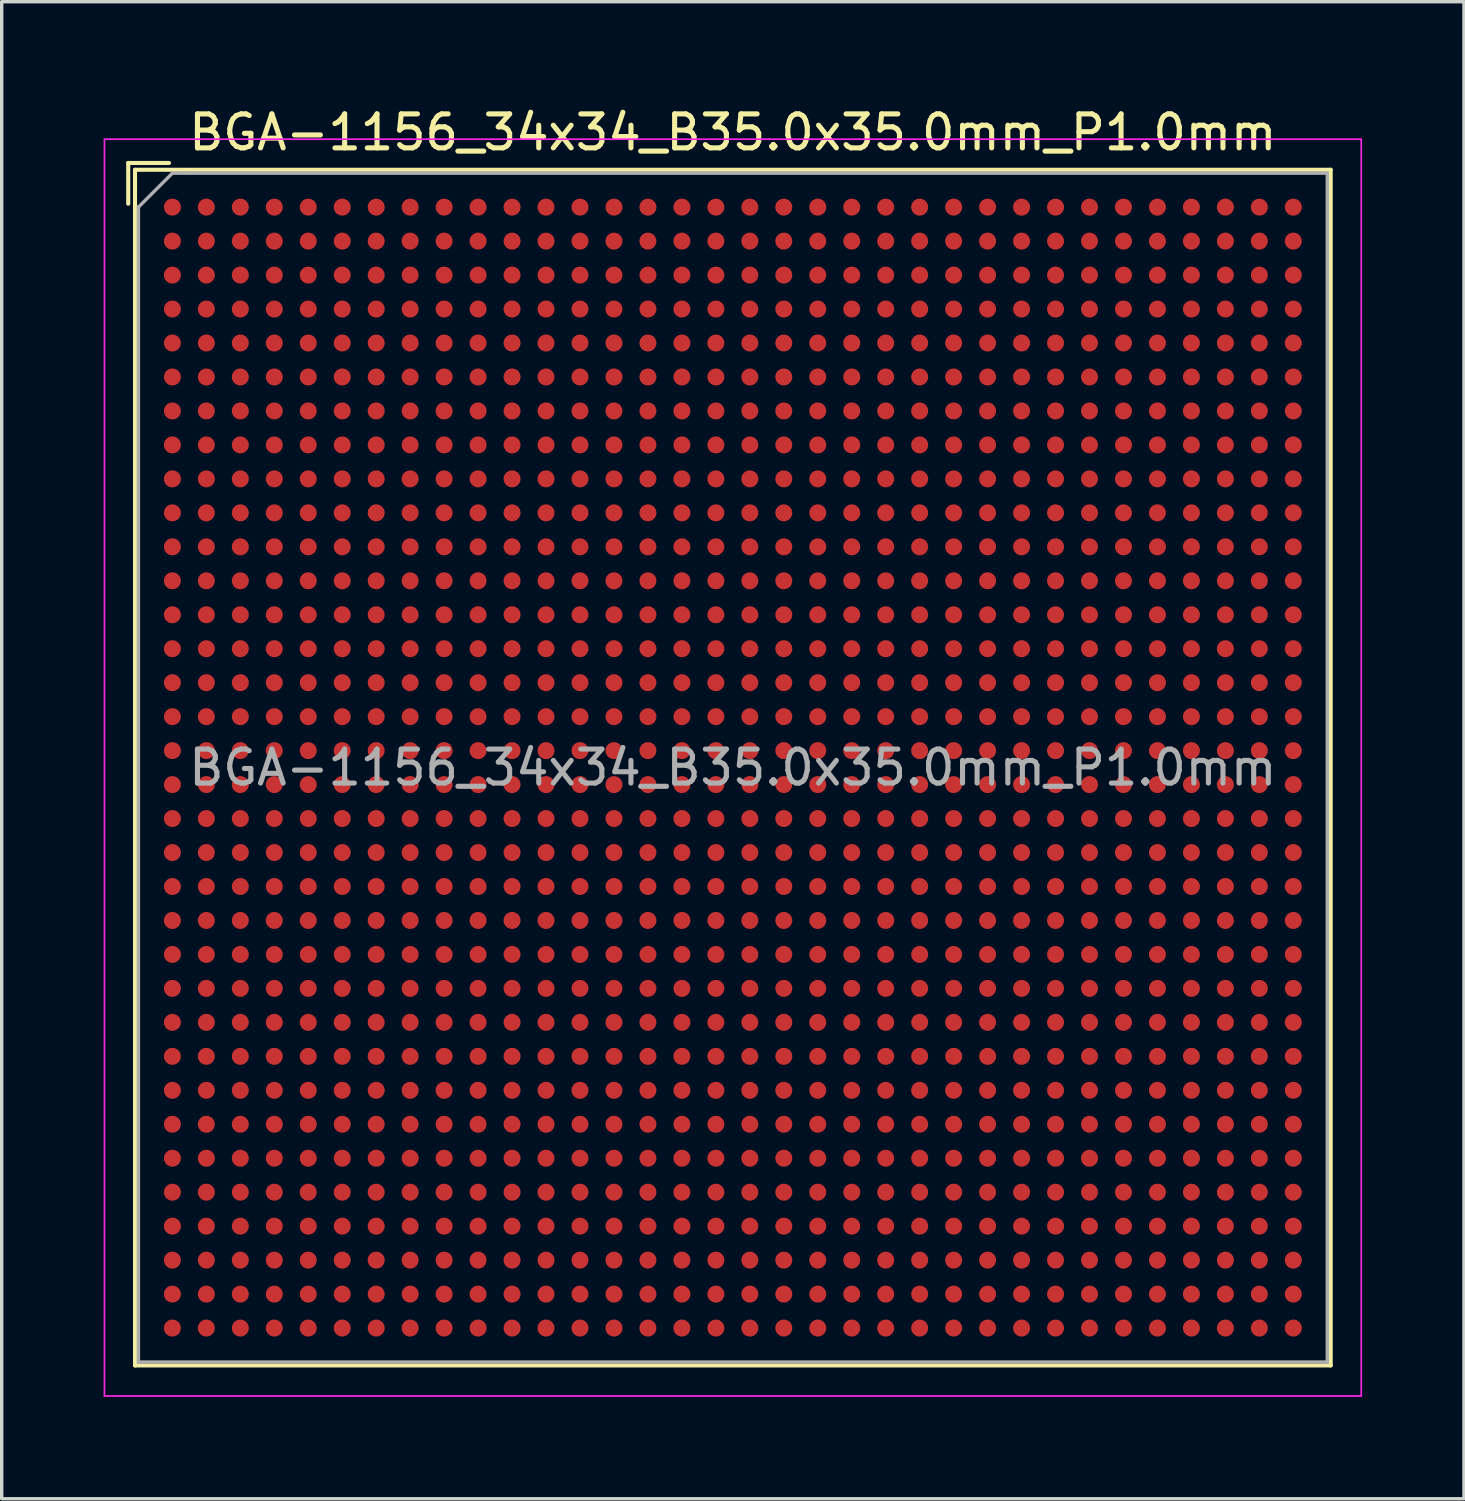
<source format=kicad_pcb>
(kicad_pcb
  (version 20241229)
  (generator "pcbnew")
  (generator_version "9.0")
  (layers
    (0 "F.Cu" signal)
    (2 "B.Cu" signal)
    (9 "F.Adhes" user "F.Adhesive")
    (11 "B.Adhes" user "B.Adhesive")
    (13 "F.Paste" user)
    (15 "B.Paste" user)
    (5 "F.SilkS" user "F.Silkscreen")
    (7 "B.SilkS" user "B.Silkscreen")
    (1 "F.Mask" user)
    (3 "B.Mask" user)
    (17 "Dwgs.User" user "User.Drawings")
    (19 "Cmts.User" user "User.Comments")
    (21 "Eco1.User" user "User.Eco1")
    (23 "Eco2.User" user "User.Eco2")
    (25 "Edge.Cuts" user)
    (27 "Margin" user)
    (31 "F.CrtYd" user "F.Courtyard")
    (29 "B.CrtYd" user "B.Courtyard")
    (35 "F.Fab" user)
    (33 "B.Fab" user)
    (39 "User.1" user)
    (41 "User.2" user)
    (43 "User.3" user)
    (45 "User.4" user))
  (footprint "BGA-1156_34x34_B35.0x35.0mm_P1.0mm"
    (layer "F.Cu")
    (at 18.525 19.548)
    (property "Reference" "BGA-1156_34x34_B35.0x35.0mm_P1.0mm" (at 0 -18.7 0) (layer "F.SilkS") (effects (font (size 1 1) (thickness 0.15))))
    (attr smd)
    (fp_line (start -17.8 -17.8) (end -17.8 -16.6) (stroke (width 0.12) (type solid)) (layer "F.SilkS"))
    (fp_line (start -17.6 -17.6) (end -17.6 17.6) (stroke (width 0.12) (type solid)) (layer "F.SilkS"))
    (fp_line (start -17.6 17.6) (end 17.6 17.6) (stroke (width 0.12) (type solid)) (layer "F.SilkS"))
    (fp_line (start -16.6 -17.8) (end -17.8 -17.8) (stroke (width 0.12) (type solid)) (layer "F.SilkS"))
    (fp_line (start 17.6 -17.6) (end -17.6 -17.6) (stroke (width 0.12) (type solid)) (layer "F.SilkS"))
    (fp_line (start 17.6 17.6) (end 17.6 -17.6) (stroke (width 0.12) (type solid)) (layer "F.SilkS"))
    (fp_line (start -18.5 -18.5) (end -18.5 18.5) (stroke (width 0.05) (type solid)) (layer "F.CrtYd"))
    (fp_line (start -18.5 -18.5) (end 18.5 -18.5) (stroke (width 0.05) (type solid)) (layer "F.CrtYd"))
    (fp_line (start 18.5 18.5) (end -18.5 18.5) (stroke (width 0.05) (type solid)) (layer "F.CrtYd"))
    (fp_line (start 18.5 18.5) (end 18.5 -18.5) (stroke (width 0.05) (type solid)) (layer "F.CrtYd"))
    (fp_line (start -17.5 -16.5) (end -17.5 17.5) (stroke (width 0.1) (type solid)) (layer "F.Fab"))
    (fp_line (start -17.5 17.5) (end 17.5 17.5) (stroke (width 0.1) (type solid)) (layer "F.Fab"))
    (fp_line (start -16.5 -17.5) (end -17.5 -16.5) (stroke (width 0.1) (type solid)) (layer "F.Fab"))
    (fp_line (start -16 -17.5) (end -16.5 -17.5) (stroke (width 0.1) (type solid)) (layer "F.Fab"))
    (fp_line (start 17.5 -17.5) (end -16 -17.5) (stroke (width 0.1) (type solid)) (layer "F.Fab"))
    (fp_line (start 17.5 17.5) (end 17.5 -17.5) (stroke (width 0.1) (type solid)) (layer "F.Fab"))
    (fp_text user "${REFERENCE}" (at 0 0 0) (layer "F.Fab") (effects (font (size 1 1) (thickness 0.15))))
    (pad "A1" smd circle (at -16.5 -16.5) (size 0.5 0.5) (layers "F.Cu" "F.Mask" "F.Paste"))
    (pad "A2" smd circle (at -15.5 -16.5) (size 0.5 0.5) (layers "F.Cu" "F.Mask" "F.Paste"))
    (pad "A3" smd circle (at -14.5 -16.5) (size 0.5 0.5) (layers "F.Cu" "F.Mask" "F.Paste"))
    (pad "A4" smd circle (at -13.5 -16.5) (size 0.5 0.5) (layers "F.Cu" "F.Mask" "F.Paste"))
    (pad "A5" smd circle (at -12.5 -16.5) (size 0.5 0.5) (layers "F.Cu" "F.Mask" "F.Paste"))
    (pad "A6" smd circle (at -11.5 -16.5) (size 0.5 0.5) (layers "F.Cu" "F.Mask" "F.Paste"))
    (pad "A7" smd circle (at -10.5 -16.5) (size 0.5 0.5) (layers "F.Cu" "F.Mask" "F.Paste"))
    (pad "A8" smd circle (at -9.5 -16.5) (size 0.5 0.5) (layers "F.Cu" "F.Mask" "F.Paste"))
    (pad "A9" smd circle (at -8.5 -16.5) (size 0.5 0.5) (layers "F.Cu" "F.Mask" "F.Paste"))
    (pad "A10" smd circle (at -7.5 -16.5) (size 0.5 0.5) (layers "F.Cu" "F.Mask" "F.Paste"))
    (pad "A11" smd circle (at -6.5 -16.5) (size 0.5 0.5) (layers "F.Cu" "F.Mask" "F.Paste"))
    (pad "A12" smd circle (at -5.5 -16.5) (size 0.5 0.5) (layers "F.Cu" "F.Mask" "F.Paste"))
    (pad "A13" smd circle (at -4.5 -16.5) (size 0.5 0.5) (layers "F.Cu" "F.Mask" "F.Paste"))
    (pad "A14" smd circle (at -3.5 -16.5) (size 0.5 0.5) (layers "F.Cu" "F.Mask" "F.Paste"))
    (pad "A15" smd circle (at -2.5 -16.5) (size 0.5 0.5) (layers "F.Cu" "F.Mask" "F.Paste"))
    (pad "A16" smd circle (at -1.5 -16.5) (size 0.5 0.5) (layers "F.Cu" "F.Mask" "F.Paste"))
    (pad "A17" smd circle (at -0.5 -16.5) (size 0.5 0.5) (layers "F.Cu" "F.Mask" "F.Paste"))
    (pad "A18" smd circle (at 0.5 -16.5) (size 0.5 0.5) (layers "F.Cu" "F.Mask" "F.Paste"))
    (pad "A19" smd circle (at 1.5 -16.5) (size 0.5 0.5) (layers "F.Cu" "F.Mask" "F.Paste"))
    (pad "A20" smd circle (at 2.5 -16.5) (size 0.5 0.5) (layers "F.Cu" "F.Mask" "F.Paste"))
    (pad "A21" smd circle (at 3.5 -16.5) (size 0.5 0.5) (layers "F.Cu" "F.Mask" "F.Paste"))
    (pad "A22" smd circle (at 4.5 -16.5) (size 0.5 0.5) (layers "F.Cu" "F.Mask" "F.Paste"))
    (pad "A23" smd circle (at 5.5 -16.5) (size 0.5 0.5) (layers "F.Cu" "F.Mask" "F.Paste"))
    (pad "A24" smd circle (at 6.5 -16.5) (size 0.5 0.5) (layers "F.Cu" "F.Mask" "F.Paste"))
    (pad "A25" smd circle (at 7.5 -16.5) (size 0.5 0.5) (layers "F.Cu" "F.Mask" "F.Paste"))
    (pad "A26" smd circle (at 8.5 -16.5) (size 0.5 0.5) (layers "F.Cu" "F.Mask" "F.Paste"))
    (pad "A27" smd circle (at 9.5 -16.5) (size 0.5 0.5) (layers "F.Cu" "F.Mask" "F.Paste"))
    (pad "A28" smd circle (at 10.5 -16.5) (size 0.5 0.5) (layers "F.Cu" "F.Mask" "F.Paste"))
    (pad "A29" smd circle (at 11.5 -16.5) (size 0.5 0.5) (layers "F.Cu" "F.Mask" "F.Paste"))
    (pad "A30" smd circle (at 12.5 -16.5) (size 0.5 0.5) (layers "F.Cu" "F.Mask" "F.Paste"))
    (pad "A31" smd circle (at 13.5 -16.5) (size 0.5 0.5) (layers "F.Cu" "F.Mask" "F.Paste"))
    (pad "A32" smd circle (at 14.5 -16.5) (size 0.5 0.5) (layers "F.Cu" "F.Mask" "F.Paste"))
    (pad "A33" smd circle (at 15.5 -16.5) (size 0.5 0.5) (layers "F.Cu" "F.Mask" "F.Paste"))
    (pad "A34" smd circle (at 16.5 -16.5) (size 0.5 0.5) (layers "F.Cu" "F.Mask" "F.Paste"))
    (pad "AA1" smd circle (at -16.5 3.5) (size 0.5 0.5) (layers "F.Cu" "F.Mask" "F.Paste"))
    (pad "AA2" smd circle (at -15.5 3.5) (size 0.5 0.5) (layers "F.Cu" "F.Mask" "F.Paste"))
    (pad "AA3" smd circle (at -14.5 3.5) (size 0.5 0.5) (layers "F.Cu" "F.Mask" "F.Paste"))
    (pad "AA4" smd circle (at -13.5 3.5) (size 0.5 0.5) (layers "F.Cu" "F.Mask" "F.Paste"))
    (pad "AA5" smd circle (at -12.5 3.5) (size 0.5 0.5) (layers "F.Cu" "F.Mask" "F.Paste"))
    (pad "AA6" smd circle (at -11.5 3.5) (size 0.5 0.5) (layers "F.Cu" "F.Mask" "F.Paste"))
    (pad "AA7" smd circle (at -10.5 3.5) (size 0.5 0.5) (layers "F.Cu" "F.Mask" "F.Paste"))
    (pad "AA8" smd circle (at -9.5 3.5) (size 0.5 0.5) (layers "F.Cu" "F.Mask" "F.Paste"))
    (pad "AA9" smd circle (at -8.5 3.5) (size 0.5 0.5) (layers "F.Cu" "F.Mask" "F.Paste"))
    (pad "AA10" smd circle (at -7.5 3.5) (size 0.5 0.5) (layers "F.Cu" "F.Mask" "F.Paste"))
    (pad "AA11" smd circle (at -6.5 3.5) (size 0.5 0.5) (layers "F.Cu" "F.Mask" "F.Paste"))
    (pad "AA12" smd circle (at -5.5 3.5) (size 0.5 0.5) (layers "F.Cu" "F.Mask" "F.Paste"))
    (pad "AA13" smd circle (at -4.5 3.5) (size 0.5 0.5) (layers "F.Cu" "F.Mask" "F.Paste"))
    (pad "AA14" smd circle (at -3.5 3.5) (size 0.5 0.5) (layers "F.Cu" "F.Mask" "F.Paste"))
    (pad "AA15" smd circle (at -2.5 3.5) (size 0.5 0.5) (layers "F.Cu" "F.Mask" "F.Paste"))
    (pad "AA16" smd circle (at -1.5 3.5) (size 0.5 0.5) (layers "F.Cu" "F.Mask" "F.Paste"))
    (pad "AA17" smd circle (at -0.5 3.5) (size 0.5 0.5) (layers "F.Cu" "F.Mask" "F.Paste"))
    (pad "AA18" smd circle (at 0.5 3.5) (size 0.5 0.5) (layers "F.Cu" "F.Mask" "F.Paste"))
    (pad "AA19" smd circle (at 1.5 3.5) (size 0.5 0.5) (layers "F.Cu" "F.Mask" "F.Paste"))
    (pad "AA20" smd circle (at 2.5 3.5) (size 0.5 0.5) (layers "F.Cu" "F.Mask" "F.Paste"))
    (pad "AA21" smd circle (at 3.5 3.5) (size 0.5 0.5) (layers "F.Cu" "F.Mask" "F.Paste"))
    (pad "AA22" smd circle (at 4.5 3.5) (size 0.5 0.5) (layers "F.Cu" "F.Mask" "F.Paste"))
    (pad "AA23" smd circle (at 5.5 3.5) (size 0.5 0.5) (layers "F.Cu" "F.Mask" "F.Paste"))
    (pad "AA24" smd circle (at 6.5 3.5) (size 0.5 0.5) (layers "F.Cu" "F.Mask" "F.Paste"))
    (pad "AA25" smd circle (at 7.5 3.5) (size 0.5 0.5) (layers "F.Cu" "F.Mask" "F.Paste"))
    (pad "AA26" smd circle (at 8.5 3.5) (size 0.5 0.5) (layers "F.Cu" "F.Mask" "F.Paste"))
    (pad "AA27" smd circle (at 9.5 3.5) (size 0.5 0.5) (layers "F.Cu" "F.Mask" "F.Paste"))
    (pad "AA28" smd circle (at 10.5 3.5) (size 0.5 0.5) (layers "F.Cu" "F.Mask" "F.Paste"))
    (pad "AA29" smd circle (at 11.5 3.5) (size 0.5 0.5) (layers "F.Cu" "F.Mask" "F.Paste"))
    (pad "AA30" smd circle (at 12.5 3.5) (size 0.5 0.5) (layers "F.Cu" "F.Mask" "F.Paste"))
    (pad "AA31" smd circle (at 13.5 3.5) (size 0.5 0.5) (layers "F.Cu" "F.Mask" "F.Paste"))
    (pad "AA32" smd circle (at 14.5 3.5) (size 0.5 0.5) (layers "F.Cu" "F.Mask" "F.Paste"))
    (pad "AA33" smd circle (at 15.5 3.5) (size 0.5 0.5) (layers "F.Cu" "F.Mask" "F.Paste"))
    (pad "AA34" smd circle (at 16.5 3.5) (size 0.5 0.5) (layers "F.Cu" "F.Mask" "F.Paste"))
    (pad "AB1" smd circle (at -16.5 4.5) (size 0.5 0.5) (layers "F.Cu" "F.Mask" "F.Paste"))
    (pad "AB2" smd circle (at -15.5 4.5) (size 0.5 0.5) (layers "F.Cu" "F.Mask" "F.Paste"))
    (pad "AB3" smd circle (at -14.5 4.5) (size 0.5 0.5) (layers "F.Cu" "F.Mask" "F.Paste"))
    (pad "AB4" smd circle (at -13.5 4.5) (size 0.5 0.5) (layers "F.Cu" "F.Mask" "F.Paste"))
    (pad "AB5" smd circle (at -12.5 4.5) (size 0.5 0.5) (layers "F.Cu" "F.Mask" "F.Paste"))
    (pad "AB6" smd circle (at -11.5 4.5) (size 0.5 0.5) (layers "F.Cu" "F.Mask" "F.Paste"))
    (pad "AB7" smd circle (at -10.5 4.5) (size 0.5 0.5) (layers "F.Cu" "F.Mask" "F.Paste"))
    (pad "AB8" smd circle (at -9.5 4.5) (size 0.5 0.5) (layers "F.Cu" "F.Mask" "F.Paste"))
    (pad "AB9" smd circle (at -8.5 4.5) (size 0.5 0.5) (layers "F.Cu" "F.Mask" "F.Paste"))
    (pad "AB10" smd circle (at -7.5 4.5) (size 0.5 0.5) (layers "F.Cu" "F.Mask" "F.Paste"))
    (pad "AB11" smd circle (at -6.5 4.5) (size 0.5 0.5) (layers "F.Cu" "F.Mask" "F.Paste"))
    (pad "AB12" smd circle (at -5.5 4.5) (size 0.5 0.5) (layers "F.Cu" "F.Mask" "F.Paste"))
    (pad "AB13" smd circle (at -4.5 4.5) (size 0.5 0.5) (layers "F.Cu" "F.Mask" "F.Paste"))
    (pad "AB14" smd circle (at -3.5 4.5) (size 0.5 0.5) (layers "F.Cu" "F.Mask" "F.Paste"))
    (pad "AB15" smd circle (at -2.5 4.5) (size 0.5 0.5) (layers "F.Cu" "F.Mask" "F.Paste"))
    (pad "AB16" smd circle (at -1.5 4.5) (size 0.5 0.5) (layers "F.Cu" "F.Mask" "F.Paste"))
    (pad "AB17" smd circle (at -0.5 4.5) (size 0.5 0.5) (layers "F.Cu" "F.Mask" "F.Paste"))
    (pad "AB18" smd circle (at 0.5 4.5) (size 0.5 0.5) (layers "F.Cu" "F.Mask" "F.Paste"))
    (pad "AB19" smd circle (at 1.5 4.5) (size 0.5 0.5) (layers "F.Cu" "F.Mask" "F.Paste"))
    (pad "AB20" smd circle (at 2.5 4.5) (size 0.5 0.5) (layers "F.Cu" "F.Mask" "F.Paste"))
    (pad "AB21" smd circle (at 3.5 4.5) (size 0.5 0.5) (layers "F.Cu" "F.Mask" "F.Paste"))
    (pad "AB22" smd circle (at 4.5 4.5) (size 0.5 0.5) (layers "F.Cu" "F.Mask" "F.Paste"))
    (pad "AB23" smd circle (at 5.5 4.5) (size 0.5 0.5) (layers "F.Cu" "F.Mask" "F.Paste"))
    (pad "AB24" smd circle (at 6.5 4.5) (size 0.5 0.5) (layers "F.Cu" "F.Mask" "F.Paste"))
    (pad "AB25" smd circle (at 7.5 4.5) (size 0.5 0.5) (layers "F.Cu" "F.Mask" "F.Paste"))
    (pad "AB26" smd circle (at 8.5 4.5) (size 0.5 0.5) (layers "F.Cu" "F.Mask" "F.Paste"))
    (pad "AB27" smd circle (at 9.5 4.5) (size 0.5 0.5) (layers "F.Cu" "F.Mask" "F.Paste"))
    (pad "AB28" smd circle (at 10.5 4.5) (size 0.5 0.5) (layers "F.Cu" "F.Mask" "F.Paste"))
    (pad "AB29" smd circle (at 11.5 4.5) (size 0.5 0.5) (layers "F.Cu" "F.Mask" "F.Paste"))
    (pad "AB30" smd circle (at 12.5 4.5) (size 0.5 0.5) (layers "F.Cu" "F.Mask" "F.Paste"))
    (pad "AB31" smd circle (at 13.5 4.5) (size 0.5 0.5) (layers "F.Cu" "F.Mask" "F.Paste"))
    (pad "AB32" smd circle (at 14.5 4.5) (size 0.5 0.5) (layers "F.Cu" "F.Mask" "F.Paste"))
    (pad "AB33" smd circle (at 15.5 4.5) (size 0.5 0.5) (layers "F.Cu" "F.Mask" "F.Paste"))
    (pad "AB34" smd circle (at 16.5 4.5) (size 0.5 0.5) (layers "F.Cu" "F.Mask" "F.Paste"))
    (pad "AC1" smd circle (at -16.5 5.5) (size 0.5 0.5) (layers "F.Cu" "F.Mask" "F.Paste"))
    (pad "AC2" smd circle (at -15.5 5.5) (size 0.5 0.5) (layers "F.Cu" "F.Mask" "F.Paste"))
    (pad "AC3" smd circle (at -14.5 5.5) (size 0.5 0.5) (layers "F.Cu" "F.Mask" "F.Paste"))
    (pad "AC4" smd circle (at -13.5 5.5) (size 0.5 0.5) (layers "F.Cu" "F.Mask" "F.Paste"))
    (pad "AC5" smd circle (at -12.5 5.5) (size 0.5 0.5) (layers "F.Cu" "F.Mask" "F.Paste"))
    (pad "AC6" smd circle (at -11.5 5.5) (size 0.5 0.5) (layers "F.Cu" "F.Mask" "F.Paste"))
    (pad "AC7" smd circle (at -10.5 5.5) (size 0.5 0.5) (layers "F.Cu" "F.Mask" "F.Paste"))
    (pad "AC8" smd circle (at -9.5 5.5) (size 0.5 0.5) (layers "F.Cu" "F.Mask" "F.Paste"))
    (pad "AC9" smd circle (at -8.5 5.5) (size 0.5 0.5) (layers "F.Cu" "F.Mask" "F.Paste"))
    (pad "AC10" smd circle (at -7.5 5.5) (size 0.5 0.5) (layers "F.Cu" "F.Mask" "F.Paste"))
    (pad "AC11" smd circle (at -6.5 5.5) (size 0.5 0.5) (layers "F.Cu" "F.Mask" "F.Paste"))
    (pad "AC12" smd circle (at -5.5 5.5) (size 0.5 0.5) (layers "F.Cu" "F.Mask" "F.Paste"))
    (pad "AC13" smd circle (at -4.5 5.5) (size 0.5 0.5) (layers "F.Cu" "F.Mask" "F.Paste"))
    (pad "AC14" smd circle (at -3.5 5.5) (size 0.5 0.5) (layers "F.Cu" "F.Mask" "F.Paste"))
    (pad "AC15" smd circle (at -2.5 5.5) (size 0.5 0.5) (layers "F.Cu" "F.Mask" "F.Paste"))
    (pad "AC16" smd circle (at -1.5 5.5) (size 0.5 0.5) (layers "F.Cu" "F.Mask" "F.Paste"))
    (pad "AC17" smd circle (at -0.5 5.5) (size 0.5 0.5) (layers "F.Cu" "F.Mask" "F.Paste"))
    (pad "AC18" smd circle (at 0.5 5.5) (size 0.5 0.5) (layers "F.Cu" "F.Mask" "F.Paste"))
    (pad "AC19" smd circle (at 1.5 5.5) (size 0.5 0.5) (layers "F.Cu" "F.Mask" "F.Paste"))
    (pad "AC20" smd circle (at 2.5 5.5) (size 0.5 0.5) (layers "F.Cu" "F.Mask" "F.Paste"))
    (pad "AC21" smd circle (at 3.5 5.5) (size 0.5 0.5) (layers "F.Cu" "F.Mask" "F.Paste"))
    (pad "AC22" smd circle (at 4.5 5.5) (size 0.5 0.5) (layers "F.Cu" "F.Mask" "F.Paste"))
    (pad "AC23" smd circle (at 5.5 5.5) (size 0.5 0.5) (layers "F.Cu" "F.Mask" "F.Paste"))
    (pad "AC24" smd circle (at 6.5 5.5) (size 0.5 0.5) (layers "F.Cu" "F.Mask" "F.Paste"))
    (pad "AC25" smd circle (at 7.5 5.5) (size 0.5 0.5) (layers "F.Cu" "F.Mask" "F.Paste"))
    (pad "AC26" smd circle (at 8.5 5.5) (size 0.5 0.5) (layers "F.Cu" "F.Mask" "F.Paste"))
    (pad "AC27" smd circle (at 9.5 5.5) (size 0.5 0.5) (layers "F.Cu" "F.Mask" "F.Paste"))
    (pad "AC28" smd circle (at 10.5 5.5) (size 0.5 0.5) (layers "F.Cu" "F.Mask" "F.Paste"))
    (pad "AC29" smd circle (at 11.5 5.5) (size 0.5 0.5) (layers "F.Cu" "F.Mask" "F.Paste"))
    (pad "AC30" smd circle (at 12.5 5.5) (size 0.5 0.5) (layers "F.Cu" "F.Mask" "F.Paste"))
    (pad "AC31" smd circle (at 13.5 5.5) (size 0.5 0.5) (layers "F.Cu" "F.Mask" "F.Paste"))
    (pad "AC32" smd circle (at 14.5 5.5) (size 0.5 0.5) (layers "F.Cu" "F.Mask" "F.Paste"))
    (pad "AC33" smd circle (at 15.5 5.5) (size 0.5 0.5) (layers "F.Cu" "F.Mask" "F.Paste"))
    (pad "AC34" smd circle (at 16.5 5.5) (size 0.5 0.5) (layers "F.Cu" "F.Mask" "F.Paste"))
    (pad "AD1" smd circle (at -16.5 6.5) (size 0.5 0.5) (layers "F.Cu" "F.Mask" "F.Paste"))
    (pad "AD2" smd circle (at -15.5 6.5) (size 0.5 0.5) (layers "F.Cu" "F.Mask" "F.Paste"))
    (pad "AD3" smd circle (at -14.5 6.5) (size 0.5 0.5) (layers "F.Cu" "F.Mask" "F.Paste"))
    (pad "AD4" smd circle (at -13.5 6.5) (size 0.5 0.5) (layers "F.Cu" "F.Mask" "F.Paste"))
    (pad "AD5" smd circle (at -12.5 6.5) (size 0.5 0.5) (layers "F.Cu" "F.Mask" "F.Paste"))
    (pad "AD6" smd circle (at -11.5 6.5) (size 0.5 0.5) (layers "F.Cu" "F.Mask" "F.Paste"))
    (pad "AD7" smd circle (at -10.5 6.5) (size 0.5 0.5) (layers "F.Cu" "F.Mask" "F.Paste"))
    (pad "AD8" smd circle (at -9.5 6.5) (size 0.5 0.5) (layers "F.Cu" "F.Mask" "F.Paste"))
    (pad "AD9" smd circle (at -8.5 6.5) (size 0.5 0.5) (layers "F.Cu" "F.Mask" "F.Paste"))
    (pad "AD10" smd circle (at -7.5 6.5) (size 0.5 0.5) (layers "F.Cu" "F.Mask" "F.Paste"))
    (pad "AD11" smd circle (at -6.5 6.5) (size 0.5 0.5) (layers "F.Cu" "F.Mask" "F.Paste"))
    (pad "AD12" smd circle (at -5.5 6.5) (size 0.5 0.5) (layers "F.Cu" "F.Mask" "F.Paste"))
    (pad "AD13" smd circle (at -4.5 6.5) (size 0.5 0.5) (layers "F.Cu" "F.Mask" "F.Paste"))
    (pad "AD14" smd circle (at -3.5 6.5) (size 0.5 0.5) (layers "F.Cu" "F.Mask" "F.Paste"))
    (pad "AD15" smd circle (at -2.5 6.5) (size 0.5 0.5) (layers "F.Cu" "F.Mask" "F.Paste"))
    (pad "AD16" smd circle (at -1.5 6.5) (size 0.5 0.5) (layers "F.Cu" "F.Mask" "F.Paste"))
    (pad "AD17" smd circle (at -0.5 6.5) (size 0.5 0.5) (layers "F.Cu" "F.Mask" "F.Paste"))
    (pad "AD18" smd circle (at 0.5 6.5) (size 0.5 0.5) (layers "F.Cu" "F.Mask" "F.Paste"))
    (pad "AD19" smd circle (at 1.5 6.5) (size 0.5 0.5) (layers "F.Cu" "F.Mask" "F.Paste"))
    (pad "AD20" smd circle (at 2.5 6.5) (size 0.5 0.5) (layers "F.Cu" "F.Mask" "F.Paste"))
    (pad "AD21" smd circle (at 3.5 6.5) (size 0.5 0.5) (layers "F.Cu" "F.Mask" "F.Paste"))
    (pad "AD22" smd circle (at 4.5 6.5) (size 0.5 0.5) (layers "F.Cu" "F.Mask" "F.Paste"))
    (pad "AD23" smd circle (at 5.5 6.5) (size 0.5 0.5) (layers "F.Cu" "F.Mask" "F.Paste"))
    (pad "AD24" smd circle (at 6.5 6.5) (size 0.5 0.5) (layers "F.Cu" "F.Mask" "F.Paste"))
    (pad "AD25" smd circle (at 7.5 6.5) (size 0.5 0.5) (layers "F.Cu" "F.Mask" "F.Paste"))
    (pad "AD26" smd circle (at 8.5 6.5) (size 0.5 0.5) (layers "F.Cu" "F.Mask" "F.Paste"))
    (pad "AD27" smd circle (at 9.5 6.5) (size 0.5 0.5) (layers "F.Cu" "F.Mask" "F.Paste"))
    (pad "AD28" smd circle (at 10.5 6.5) (size 0.5 0.5) (layers "F.Cu" "F.Mask" "F.Paste"))
    (pad "AD29" smd circle (at 11.5 6.5) (size 0.5 0.5) (layers "F.Cu" "F.Mask" "F.Paste"))
    (pad "AD30" smd circle (at 12.5 6.5) (size 0.5 0.5) (layers "F.Cu" "F.Mask" "F.Paste"))
    (pad "AD31" smd circle (at 13.5 6.5) (size 0.5 0.5) (layers "F.Cu" "F.Mask" "F.Paste"))
    (pad "AD32" smd circle (at 14.5 6.5) (size 0.5 0.5) (layers "F.Cu" "F.Mask" "F.Paste"))
    (pad "AD33" smd circle (at 15.5 6.5) (size 0.5 0.5) (layers "F.Cu" "F.Mask" "F.Paste"))
    (pad "AD34" smd circle (at 16.5 6.5) (size 0.5 0.5) (layers "F.Cu" "F.Mask" "F.Paste"))
    (pad "AE1" smd circle (at -16.5 7.5) (size 0.5 0.5) (layers "F.Cu" "F.Mask" "F.Paste"))
    (pad "AE2" smd circle (at -15.5 7.5) (size 0.5 0.5) (layers "F.Cu" "F.Mask" "F.Paste"))
    (pad "AE3" smd circle (at -14.5 7.5) (size 0.5 0.5) (layers "F.Cu" "F.Mask" "F.Paste"))
    (pad "AE4" smd circle (at -13.5 7.5) (size 0.5 0.5) (layers "F.Cu" "F.Mask" "F.Paste"))
    (pad "AE5" smd circle (at -12.5 7.5) (size 0.5 0.5) (layers "F.Cu" "F.Mask" "F.Paste"))
    (pad "AE6" smd circle (at -11.5 7.5) (size 0.5 0.5) (layers "F.Cu" "F.Mask" "F.Paste"))
    (pad "AE7" smd circle (at -10.5 7.5) (size 0.5 0.5) (layers "F.Cu" "F.Mask" "F.Paste"))
    (pad "AE8" smd circle (at -9.5 7.5) (size 0.5 0.5) (layers "F.Cu" "F.Mask" "F.Paste"))
    (pad "AE9" smd circle (at -8.5 7.5) (size 0.5 0.5) (layers "F.Cu" "F.Mask" "F.Paste"))
    (pad "AE10" smd circle (at -7.5 7.5) (size 0.5 0.5) (layers "F.Cu" "F.Mask" "F.Paste"))
    (pad "AE11" smd circle (at -6.5 7.5) (size 0.5 0.5) (layers "F.Cu" "F.Mask" "F.Paste"))
    (pad "AE12" smd circle (at -5.5 7.5) (size 0.5 0.5) (layers "F.Cu" "F.Mask" "F.Paste"))
    (pad "AE13" smd circle (at -4.5 7.5) (size 0.5 0.5) (layers "F.Cu" "F.Mask" "F.Paste"))
    (pad "AE14" smd circle (at -3.5 7.5) (size 0.5 0.5) (layers "F.Cu" "F.Mask" "F.Paste"))
    (pad "AE15" smd circle (at -2.5 7.5) (size 0.5 0.5) (layers "F.Cu" "F.Mask" "F.Paste"))
    (pad "AE16" smd circle (at -1.5 7.5) (size 0.5 0.5) (layers "F.Cu" "F.Mask" "F.Paste"))
    (pad "AE17" smd circle (at -0.5 7.5) (size 0.5 0.5) (layers "F.Cu" "F.Mask" "F.Paste"))
    (pad "AE18" smd circle (at 0.5 7.5) (size 0.5 0.5) (layers "F.Cu" "F.Mask" "F.Paste"))
    (pad "AE19" smd circle (at 1.5 7.5) (size 0.5 0.5) (layers "F.Cu" "F.Mask" "F.Paste"))
    (pad "AE20" smd circle (at 2.5 7.5) (size 0.5 0.5) (layers "F.Cu" "F.Mask" "F.Paste"))
    (pad "AE21" smd circle (at 3.5 7.5) (size 0.5 0.5) (layers "F.Cu" "F.Mask" "F.Paste"))
    (pad "AE22" smd circle (at 4.5 7.5) (size 0.5 0.5) (layers "F.Cu" "F.Mask" "F.Paste"))
    (pad "AE23" smd circle (at 5.5 7.5) (size 0.5 0.5) (layers "F.Cu" "F.Mask" "F.Paste"))
    (pad "AE24" smd circle (at 6.5 7.5) (size 0.5 0.5) (layers "F.Cu" "F.Mask" "F.Paste"))
    (pad "AE25" smd circle (at 7.5 7.5) (size 0.5 0.5) (layers "F.Cu" "F.Mask" "F.Paste"))
    (pad "AE26" smd circle (at 8.5 7.5) (size 0.5 0.5) (layers "F.Cu" "F.Mask" "F.Paste"))
    (pad "AE27" smd circle (at 9.5 7.5) (size 0.5 0.5) (layers "F.Cu" "F.Mask" "F.Paste"))
    (pad "AE28" smd circle (at 10.5 7.5) (size 0.5 0.5) (layers "F.Cu" "F.Mask" "F.Paste"))
    (pad "AE29" smd circle (at 11.5 7.5) (size 0.5 0.5) (layers "F.Cu" "F.Mask" "F.Paste"))
    (pad "AE30" smd circle (at 12.5 7.5) (size 0.5 0.5) (layers "F.Cu" "F.Mask" "F.Paste"))
    (pad "AE31" smd circle (at 13.5 7.5) (size 0.5 0.5) (layers "F.Cu" "F.Mask" "F.Paste"))
    (pad "AE32" smd circle (at 14.5 7.5) (size 0.5 0.5) (layers "F.Cu" "F.Mask" "F.Paste"))
    (pad "AE33" smd circle (at 15.5 7.5) (size 0.5 0.5) (layers "F.Cu" "F.Mask" "F.Paste"))
    (pad "AE34" smd circle (at 16.5 7.5) (size 0.5 0.5) (layers "F.Cu" "F.Mask" "F.Paste"))
    (pad "AF1" smd circle (at -16.5 8.5) (size 0.5 0.5) (layers "F.Cu" "F.Mask" "F.Paste"))
    (pad "AF2" smd circle (at -15.5 8.5) (size 0.5 0.5) (layers "F.Cu" "F.Mask" "F.Paste"))
    (pad "AF3" smd circle (at -14.5 8.5) (size 0.5 0.5) (layers "F.Cu" "F.Mask" "F.Paste"))
    (pad "AF4" smd circle (at -13.5 8.5) (size 0.5 0.5) (layers "F.Cu" "F.Mask" "F.Paste"))
    (pad "AF5" smd circle (at -12.5 8.5) (size 0.5 0.5) (layers "F.Cu" "F.Mask" "F.Paste"))
    (pad "AF6" smd circle (at -11.5 8.5) (size 0.5 0.5) (layers "F.Cu" "F.Mask" "F.Paste"))
    (pad "AF7" smd circle (at -10.5 8.5) (size 0.5 0.5) (layers "F.Cu" "F.Mask" "F.Paste"))
    (pad "AF8" smd circle (at -9.5 8.5) (size 0.5 0.5) (layers "F.Cu" "F.Mask" "F.Paste"))
    (pad "AF9" smd circle (at -8.5 8.5) (size 0.5 0.5) (layers "F.Cu" "F.Mask" "F.Paste"))
    (pad "AF10" smd circle (at -7.5 8.5) (size 0.5 0.5) (layers "F.Cu" "F.Mask" "F.Paste"))
    (pad "AF11" smd circle (at -6.5 8.5) (size 0.5 0.5) (layers "F.Cu" "F.Mask" "F.Paste"))
    (pad "AF12" smd circle (at -5.5 8.5) (size 0.5 0.5) (layers "F.Cu" "F.Mask" "F.Paste"))
    (pad "AF13" smd circle (at -4.5 8.5) (size 0.5 0.5) (layers "F.Cu" "F.Mask" "F.Paste"))
    (pad "AF14" smd circle (at -3.5 8.5) (size 0.5 0.5) (layers "F.Cu" "F.Mask" "F.Paste"))
    (pad "AF15" smd circle (at -2.5 8.5) (size 0.5 0.5) (layers "F.Cu" "F.Mask" "F.Paste"))
    (pad "AF16" smd circle (at -1.5 8.5) (size 0.5 0.5) (layers "F.Cu" "F.Mask" "F.Paste"))
    (pad "AF17" smd circle (at -0.5 8.5) (size 0.5 0.5) (layers "F.Cu" "F.Mask" "F.Paste"))
    (pad "AF18" smd circle (at 0.5 8.5) (size 0.5 0.5) (layers "F.Cu" "F.Mask" "F.Paste"))
    (pad "AF19" smd circle (at 1.5 8.5) (size 0.5 0.5) (layers "F.Cu" "F.Mask" "F.Paste"))
    (pad "AF20" smd circle (at 2.5 8.5) (size 0.5 0.5) (layers "F.Cu" "F.Mask" "F.Paste"))
    (pad "AF21" smd circle (at 3.5 8.5) (size 0.5 0.5) (layers "F.Cu" "F.Mask" "F.Paste"))
    (pad "AF22" smd circle (at 4.5 8.5) (size 0.5 0.5) (layers "F.Cu" "F.Mask" "F.Paste"))
    (pad "AF23" smd circle (at 5.5 8.5) (size 0.5 0.5) (layers "F.Cu" "F.Mask" "F.Paste"))
    (pad "AF24" smd circle (at 6.5 8.5) (size 0.5 0.5) (layers "F.Cu" "F.Mask" "F.Paste"))
    (pad "AF25" smd circle (at 7.5 8.5) (size 0.5 0.5) (layers "F.Cu" "F.Mask" "F.Paste"))
    (pad "AF26" smd circle (at 8.5 8.5) (size 0.5 0.5) (layers "F.Cu" "F.Mask" "F.Paste"))
    (pad "AF27" smd circle (at 9.5 8.5) (size 0.5 0.5) (layers "F.Cu" "F.Mask" "F.Paste"))
    (pad "AF28" smd circle (at 10.5 8.5) (size 0.5 0.5) (layers "F.Cu" "F.Mask" "F.Paste"))
    (pad "AF29" smd circle (at 11.5 8.5) (size 0.5 0.5) (layers "F.Cu" "F.Mask" "F.Paste"))
    (pad "AF30" smd circle (at 12.5 8.5) (size 0.5 0.5) (layers "F.Cu" "F.Mask" "F.Paste"))
    (pad "AF31" smd circle (at 13.5 8.5) (size 0.5 0.5) (layers "F.Cu" "F.Mask" "F.Paste"))
    (pad "AF32" smd circle (at 14.5 8.5) (size 0.5 0.5) (layers "F.Cu" "F.Mask" "F.Paste"))
    (pad "AF33" smd circle (at 15.5 8.5) (size 0.5 0.5) (layers "F.Cu" "F.Mask" "F.Paste"))
    (pad "AF34" smd circle (at 16.5 8.5) (size 0.5 0.5) (layers "F.Cu" "F.Mask" "F.Paste"))
    (pad "AG1" smd circle (at -16.5 9.5) (size 0.5 0.5) (layers "F.Cu" "F.Mask" "F.Paste"))
    (pad "AG2" smd circle (at -15.5 9.5) (size 0.5 0.5) (layers "F.Cu" "F.Mask" "F.Paste"))
    (pad "AG3" smd circle (at -14.5 9.5) (size 0.5 0.5) (layers "F.Cu" "F.Mask" "F.Paste"))
    (pad "AG4" smd circle (at -13.5 9.5) (size 0.5 0.5) (layers "F.Cu" "F.Mask" "F.Paste"))
    (pad "AG5" smd circle (at -12.5 9.5) (size 0.5 0.5) (layers "F.Cu" "F.Mask" "F.Paste"))
    (pad "AG6" smd circle (at -11.5 9.5) (size 0.5 0.5) (layers "F.Cu" "F.Mask" "F.Paste"))
    (pad "AG7" smd circle (at -10.5 9.5) (size 0.5 0.5) (layers "F.Cu" "F.Mask" "F.Paste"))
    (pad "AG8" smd circle (at -9.5 9.5) (size 0.5 0.5) (layers "F.Cu" "F.Mask" "F.Paste"))
    (pad "AG9" smd circle (at -8.5 9.5) (size 0.5 0.5) (layers "F.Cu" "F.Mask" "F.Paste"))
    (pad "AG10" smd circle (at -7.5 9.5) (size 0.5 0.5) (layers "F.Cu" "F.Mask" "F.Paste"))
    (pad "AG11" smd circle (at -6.5 9.5) (size 0.5 0.5) (layers "F.Cu" "F.Mask" "F.Paste"))
    (pad "AG12" smd circle (at -5.5 9.5) (size 0.5 0.5) (layers "F.Cu" "F.Mask" "F.Paste"))
    (pad "AG13" smd circle (at -4.5 9.5) (size 0.5 0.5) (layers "F.Cu" "F.Mask" "F.Paste"))
    (pad "AG14" smd circle (at -3.5 9.5) (size 0.5 0.5) (layers "F.Cu" "F.Mask" "F.Paste"))
    (pad "AG15" smd circle (at -2.5 9.5) (size 0.5 0.5) (layers "F.Cu" "F.Mask" "F.Paste"))
    (pad "AG16" smd circle (at -1.5 9.5) (size 0.5 0.5) (layers "F.Cu" "F.Mask" "F.Paste"))
    (pad "AG17" smd circle (at -0.5 9.5) (size 0.5 0.5) (layers "F.Cu" "F.Mask" "F.Paste"))
    (pad "AG18" smd circle (at 0.5 9.5) (size 0.5 0.5) (layers "F.Cu" "F.Mask" "F.Paste"))
    (pad "AG19" smd circle (at 1.5 9.5) (size 0.5 0.5) (layers "F.Cu" "F.Mask" "F.Paste"))
    (pad "AG20" smd circle (at 2.5 9.5) (size 0.5 0.5) (layers "F.Cu" "F.Mask" "F.Paste"))
    (pad "AG21" smd circle (at 3.5 9.5) (size 0.5 0.5) (layers "F.Cu" "F.Mask" "F.Paste"))
    (pad "AG22" smd circle (at 4.5 9.5) (size 0.5 0.5) (layers "F.Cu" "F.Mask" "F.Paste"))
    (pad "AG23" smd circle (at 5.5 9.5) (size 0.5 0.5) (layers "F.Cu" "F.Mask" "F.Paste"))
    (pad "AG24" smd circle (at 6.5 9.5) (size 0.5 0.5) (layers "F.Cu" "F.Mask" "F.Paste"))
    (pad "AG25" smd circle (at 7.5 9.5) (size 0.5 0.5) (layers "F.Cu" "F.Mask" "F.Paste"))
    (pad "AG26" smd circle (at 8.5 9.5) (size 0.5 0.5) (layers "F.Cu" "F.Mask" "F.Paste"))
    (pad "AG27" smd circle (at 9.5 9.5) (size 0.5 0.5) (layers "F.Cu" "F.Mask" "F.Paste"))
    (pad "AG28" smd circle (at 10.5 9.5) (size 0.5 0.5) (layers "F.Cu" "F.Mask" "F.Paste"))
    (pad "AG29" smd circle (at 11.5 9.5) (size 0.5 0.5) (layers "F.Cu" "F.Mask" "F.Paste"))
    (pad "AG30" smd circle (at 12.5 9.5) (size 0.5 0.5) (layers "F.Cu" "F.Mask" "F.Paste"))
    (pad "AG31" smd circle (at 13.5 9.5) (size 0.5 0.5) (layers "F.Cu" "F.Mask" "F.Paste"))
    (pad "AG32" smd circle (at 14.5 9.5) (size 0.5 0.5) (layers "F.Cu" "F.Mask" "F.Paste"))
    (pad "AG33" smd circle (at 15.5 9.5) (size 0.5 0.5) (layers "F.Cu" "F.Mask" "F.Paste"))
    (pad "AG34" smd circle (at 16.5 9.5) (size 0.5 0.5) (layers "F.Cu" "F.Mask" "F.Paste"))
    (pad "AH1" smd circle (at -16.5 10.5) (size 0.5 0.5) (layers "F.Cu" "F.Mask" "F.Paste"))
    (pad "AH2" smd circle (at -15.5 10.5) (size 0.5 0.5) (layers "F.Cu" "F.Mask" "F.Paste"))
    (pad "AH3" smd circle (at -14.5 10.5) (size 0.5 0.5) (layers "F.Cu" "F.Mask" "F.Paste"))
    (pad "AH4" smd circle (at -13.5 10.5) (size 0.5 0.5) (layers "F.Cu" "F.Mask" "F.Paste"))
    (pad "AH5" smd circle (at -12.5 10.5) (size 0.5 0.5) (layers "F.Cu" "F.Mask" "F.Paste"))
    (pad "AH6" smd circle (at -11.5 10.5) (size 0.5 0.5) (layers "F.Cu" "F.Mask" "F.Paste"))
    (pad "AH7" smd circle (at -10.5 10.5) (size 0.5 0.5) (layers "F.Cu" "F.Mask" "F.Paste"))
    (pad "AH8" smd circle (at -9.5 10.5) (size 0.5 0.5) (layers "F.Cu" "F.Mask" "F.Paste"))
    (pad "AH9" smd circle (at -8.5 10.5) (size 0.5 0.5) (layers "F.Cu" "F.Mask" "F.Paste"))
    (pad "AH10" smd circle (at -7.5 10.5) (size 0.5 0.5) (layers "F.Cu" "F.Mask" "F.Paste"))
    (pad "AH11" smd circle (at -6.5 10.5) (size 0.5 0.5) (layers "F.Cu" "F.Mask" "F.Paste"))
    (pad "AH12" smd circle (at -5.5 10.5) (size 0.5 0.5) (layers "F.Cu" "F.Mask" "F.Paste"))
    (pad "AH13" smd circle (at -4.5 10.5) (size 0.5 0.5) (layers "F.Cu" "F.Mask" "F.Paste"))
    (pad "AH14" smd circle (at -3.5 10.5) (size 0.5 0.5) (layers "F.Cu" "F.Mask" "F.Paste"))
    (pad "AH15" smd circle (at -2.5 10.5) (size 0.5 0.5) (layers "F.Cu" "F.Mask" "F.Paste"))
    (pad "AH16" smd circle (at -1.5 10.5) (size 0.5 0.5) (layers "F.Cu" "F.Mask" "F.Paste"))
    (pad "AH17" smd circle (at -0.5 10.5) (size 0.5 0.5) (layers "F.Cu" "F.Mask" "F.Paste"))
    (pad "AH18" smd circle (at 0.5 10.5) (size 0.5 0.5) (layers "F.Cu" "F.Mask" "F.Paste"))
    (pad "AH19" smd circle (at 1.5 10.5) (size 0.5 0.5) (layers "F.Cu" "F.Mask" "F.Paste"))
    (pad "AH20" smd circle (at 2.5 10.5) (size 0.5 0.5) (layers "F.Cu" "F.Mask" "F.Paste"))
    (pad "AH21" smd circle (at 3.5 10.5) (size 0.5 0.5) (layers "F.Cu" "F.Mask" "F.Paste"))
    (pad "AH22" smd circle (at 4.5 10.5) (size 0.5 0.5) (layers "F.Cu" "F.Mask" "F.Paste"))
    (pad "AH23" smd circle (at 5.5 10.5) (size 0.5 0.5) (layers "F.Cu" "F.Mask" "F.Paste"))
    (pad "AH24" smd circle (at 6.5 10.5) (size 0.5 0.5) (layers "F.Cu" "F.Mask" "F.Paste"))
    (pad "AH25" smd circle (at 7.5 10.5) (size 0.5 0.5) (layers "F.Cu" "F.Mask" "F.Paste"))
    (pad "AH26" smd circle (at 8.5 10.5) (size 0.5 0.5) (layers "F.Cu" "F.Mask" "F.Paste"))
    (pad "AH27" smd circle (at 9.5 10.5) (size 0.5 0.5) (layers "F.Cu" "F.Mask" "F.Paste"))
    (pad "AH28" smd circle (at 10.5 10.5) (size 0.5 0.5) (layers "F.Cu" "F.Mask" "F.Paste"))
    (pad "AH29" smd circle (at 11.5 10.5) (size 0.5 0.5) (layers "F.Cu" "F.Mask" "F.Paste"))
    (pad "AH30" smd circle (at 12.5 10.5) (size 0.5 0.5) (layers "F.Cu" "F.Mask" "F.Paste"))
    (pad "AH31" smd circle (at 13.5 10.5) (size 0.5 0.5) (layers "F.Cu" "F.Mask" "F.Paste"))
    (pad "AH32" smd circle (at 14.5 10.5) (size 0.5 0.5) (layers "F.Cu" "F.Mask" "F.Paste"))
    (pad "AH33" smd circle (at 15.5 10.5) (size 0.5 0.5) (layers "F.Cu" "F.Mask" "F.Paste"))
    (pad "AH34" smd circle (at 16.5 10.5) (size 0.5 0.5) (layers "F.Cu" "F.Mask" "F.Paste"))
    (pad "AJ1" smd circle (at -16.5 11.5) (size 0.5 0.5) (layers "F.Cu" "F.Mask" "F.Paste"))
    (pad "AJ2" smd circle (at -15.5 11.5) (size 0.5 0.5) (layers "F.Cu" "F.Mask" "F.Paste"))
    (pad "AJ3" smd circle (at -14.5 11.5) (size 0.5 0.5) (layers "F.Cu" "F.Mask" "F.Paste"))
    (pad "AJ4" smd circle (at -13.5 11.5) (size 0.5 0.5) (layers "F.Cu" "F.Mask" "F.Paste"))
    (pad "AJ5" smd circle (at -12.5 11.5) (size 0.5 0.5) (layers "F.Cu" "F.Mask" "F.Paste"))
    (pad "AJ6" smd circle (at -11.5 11.5) (size 0.5 0.5) (layers "F.Cu" "F.Mask" "F.Paste"))
    (pad "AJ7" smd circle (at -10.5 11.5) (size 0.5 0.5) (layers "F.Cu" "F.Mask" "F.Paste"))
    (pad "AJ8" smd circle (at -9.5 11.5) (size 0.5 0.5) (layers "F.Cu" "F.Mask" "F.Paste"))
    (pad "AJ9" smd circle (at -8.5 11.5) (size 0.5 0.5) (layers "F.Cu" "F.Mask" "F.Paste"))
    (pad "AJ10" smd circle (at -7.5 11.5) (size 0.5 0.5) (layers "F.Cu" "F.Mask" "F.Paste"))
    (pad "AJ11" smd circle (at -6.5 11.5) (size 0.5 0.5) (layers "F.Cu" "F.Mask" "F.Paste"))
    (pad "AJ12" smd circle (at -5.5 11.5) (size 0.5 0.5) (layers "F.Cu" "F.Mask" "F.Paste"))
    (pad "AJ13" smd circle (at -4.5 11.5) (size 0.5 0.5) (layers "F.Cu" "F.Mask" "F.Paste"))
    (pad "AJ14" smd circle (at -3.5 11.5) (size 0.5 0.5) (layers "F.Cu" "F.Mask" "F.Paste"))
    (pad "AJ15" smd circle (at -2.5 11.5) (size 0.5 0.5) (layers "F.Cu" "F.Mask" "F.Paste"))
    (pad "AJ16" smd circle (at -1.5 11.5) (size 0.5 0.5) (layers "F.Cu" "F.Mask" "F.Paste"))
    (pad "AJ17" smd circle (at -0.5 11.5) (size 0.5 0.5) (layers "F.Cu" "F.Mask" "F.Paste"))
    (pad "AJ18" smd circle (at 0.5 11.5) (size 0.5 0.5) (layers "F.Cu" "F.Mask" "F.Paste"))
    (pad "AJ19" smd circle (at 1.5 11.5) (size 0.5 0.5) (layers "F.Cu" "F.Mask" "F.Paste"))
    (pad "AJ20" smd circle (at 2.5 11.5) (size 0.5 0.5) (layers "F.Cu" "F.Mask" "F.Paste"))
    (pad "AJ21" smd circle (at 3.5 11.5) (size 0.5 0.5) (layers "F.Cu" "F.Mask" "F.Paste"))
    (pad "AJ22" smd circle (at 4.5 11.5) (size 0.5 0.5) (layers "F.Cu" "F.Mask" "F.Paste"))
    (pad "AJ23" smd circle (at 5.5 11.5) (size 0.5 0.5) (layers "F.Cu" "F.Mask" "F.Paste"))
    (pad "AJ24" smd circle (at 6.5 11.5) (size 0.5 0.5) (layers "F.Cu" "F.Mask" "F.Paste"))
    (pad "AJ25" smd circle (at 7.5 11.5) (size 0.5 0.5) (layers "F.Cu" "F.Mask" "F.Paste"))
    (pad "AJ26" smd circle (at 8.5 11.5) (size 0.5 0.5) (layers "F.Cu" "F.Mask" "F.Paste"))
    (pad "AJ27" smd circle (at 9.5 11.5) (size 0.5 0.5) (layers "F.Cu" "F.Mask" "F.Paste"))
    (pad "AJ28" smd circle (at 10.5 11.5) (size 0.5 0.5) (layers "F.Cu" "F.Mask" "F.Paste"))
    (pad "AJ29" smd circle (at 11.5 11.5) (size 0.5 0.5) (layers "F.Cu" "F.Mask" "F.Paste"))
    (pad "AJ30" smd circle (at 12.5 11.5) (size 0.5 0.5) (layers "F.Cu" "F.Mask" "F.Paste"))
    (pad "AJ31" smd circle (at 13.5 11.5) (size 0.5 0.5) (layers "F.Cu" "F.Mask" "F.Paste"))
    (pad "AJ32" smd circle (at 14.5 11.5) (size 0.5 0.5) (layers "F.Cu" "F.Mask" "F.Paste"))
    (pad "AJ33" smd circle (at 15.5 11.5) (size 0.5 0.5) (layers "F.Cu" "F.Mask" "F.Paste"))
    (pad "AJ34" smd circle (at 16.5 11.5) (size 0.5 0.5) (layers "F.Cu" "F.Mask" "F.Paste"))
    (pad "AK1" smd circle (at -16.5 12.5) (size 0.5 0.5) (layers "F.Cu" "F.Mask" "F.Paste"))
    (pad "AK2" smd circle (at -15.5 12.5) (size 0.5 0.5) (layers "F.Cu" "F.Mask" "F.Paste"))
    (pad "AK3" smd circle (at -14.5 12.5) (size 0.5 0.5) (layers "F.Cu" "F.Mask" "F.Paste"))
    (pad "AK4" smd circle (at -13.5 12.5) (size 0.5 0.5) (layers "F.Cu" "F.Mask" "F.Paste"))
    (pad "AK5" smd circle (at -12.5 12.5) (size 0.5 0.5) (layers "F.Cu" "F.Mask" "F.Paste"))
    (pad "AK6" smd circle (at -11.5 12.5) (size 0.5 0.5) (layers "F.Cu" "F.Mask" "F.Paste"))
    (pad "AK7" smd circle (at -10.5 12.5) (size 0.5 0.5) (layers "F.Cu" "F.Mask" "F.Paste"))
    (pad "AK8" smd circle (at -9.5 12.5) (size 0.5 0.5) (layers "F.Cu" "F.Mask" "F.Paste"))
    (pad "AK9" smd circle (at -8.5 12.5) (size 0.5 0.5) (layers "F.Cu" "F.Mask" "F.Paste"))
    (pad "AK10" smd circle (at -7.5 12.5) (size 0.5 0.5) (layers "F.Cu" "F.Mask" "F.Paste"))
    (pad "AK11" smd circle (at -6.5 12.5) (size 0.5 0.5) (layers "F.Cu" "F.Mask" "F.Paste"))
    (pad "AK12" smd circle (at -5.5 12.5) (size 0.5 0.5) (layers "F.Cu" "F.Mask" "F.Paste"))
    (pad "AK13" smd circle (at -4.5 12.5) (size 0.5 0.5) (layers "F.Cu" "F.Mask" "F.Paste"))
    (pad "AK14" smd circle (at -3.5 12.5) (size 0.5 0.5) (layers "F.Cu" "F.Mask" "F.Paste"))
    (pad "AK15" smd circle (at -2.5 12.5) (size 0.5 0.5) (layers "F.Cu" "F.Mask" "F.Paste"))
    (pad "AK16" smd circle (at -1.5 12.5) (size 0.5 0.5) (layers "F.Cu" "F.Mask" "F.Paste"))
    (pad "AK17" smd circle (at -0.5 12.5) (size 0.5 0.5) (layers "F.Cu" "F.Mask" "F.Paste"))
    (pad "AK18" smd circle (at 0.5 12.5) (size 0.5 0.5) (layers "F.Cu" "F.Mask" "F.Paste"))
    (pad "AK19" smd circle (at 1.5 12.5) (size 0.5 0.5) (layers "F.Cu" "F.Mask" "F.Paste"))
    (pad "AK20" smd circle (at 2.5 12.5) (size 0.5 0.5) (layers "F.Cu" "F.Mask" "F.Paste"))
    (pad "AK21" smd circle (at 3.5 12.5) (size 0.5 0.5) (layers "F.Cu" "F.Mask" "F.Paste"))
    (pad "AK22" smd circle (at 4.5 12.5) (size 0.5 0.5) (layers "F.Cu" "F.Mask" "F.Paste"))
    (pad "AK23" smd circle (at 5.5 12.5) (size 0.5 0.5) (layers "F.Cu" "F.Mask" "F.Paste"))
    (pad "AK24" smd circle (at 6.5 12.5) (size 0.5 0.5) (layers "F.Cu" "F.Mask" "F.Paste"))
    (pad "AK25" smd circle (at 7.5 12.5) (size 0.5 0.5) (layers "F.Cu" "F.Mask" "F.Paste"))
    (pad "AK26" smd circle (at 8.5 12.5) (size 0.5 0.5) (layers "F.Cu" "F.Mask" "F.Paste"))
    (pad "AK27" smd circle (at 9.5 12.5) (size 0.5 0.5) (layers "F.Cu" "F.Mask" "F.Paste"))
    (pad "AK28" smd circle (at 10.5 12.5) (size 0.5 0.5) (layers "F.Cu" "F.Mask" "F.Paste"))
    (pad "AK29" smd circle (at 11.5 12.5) (size 0.5 0.5) (layers "F.Cu" "F.Mask" "F.Paste"))
    (pad "AK30" smd circle (at 12.5 12.5) (size 0.5 0.5) (layers "F.Cu" "F.Mask" "F.Paste"))
    (pad "AK31" smd circle (at 13.5 12.5) (size 0.5 0.5) (layers "F.Cu" "F.Mask" "F.Paste"))
    (pad "AK32" smd circle (at 14.5 12.5) (size 0.5 0.5) (layers "F.Cu" "F.Mask" "F.Paste"))
    (pad "AK33" smd circle (at 15.5 12.5) (size 0.5 0.5) (layers "F.Cu" "F.Mask" "F.Paste"))
    (pad "AK34" smd circle (at 16.5 12.5) (size 0.5 0.5) (layers "F.Cu" "F.Mask" "F.Paste"))
    (pad "AL1" smd circle (at -16.5 13.5) (size 0.5 0.5) (layers "F.Cu" "F.Mask" "F.Paste"))
    (pad "AL2" smd circle (at -15.5 13.5) (size 0.5 0.5) (layers "F.Cu" "F.Mask" "F.Paste"))
    (pad "AL3" smd circle (at -14.5 13.5) (size 0.5 0.5) (layers "F.Cu" "F.Mask" "F.Paste"))
    (pad "AL4" smd circle (at -13.5 13.5) (size 0.5 0.5) (layers "F.Cu" "F.Mask" "F.Paste"))
    (pad "AL5" smd circle (at -12.5 13.5) (size 0.5 0.5) (layers "F.Cu" "F.Mask" "F.Paste"))
    (pad "AL6" smd circle (at -11.5 13.5) (size 0.5 0.5) (layers "F.Cu" "F.Mask" "F.Paste"))
    (pad "AL7" smd circle (at -10.5 13.5) (size 0.5 0.5) (layers "F.Cu" "F.Mask" "F.Paste"))
    (pad "AL8" smd circle (at -9.5 13.5) (size 0.5 0.5) (layers "F.Cu" "F.Mask" "F.Paste"))
    (pad "AL9" smd circle (at -8.5 13.5) (size 0.5 0.5) (layers "F.Cu" "F.Mask" "F.Paste"))
    (pad "AL10" smd circle (at -7.5 13.5) (size 0.5 0.5) (layers "F.Cu" "F.Mask" "F.Paste"))
    (pad "AL11" smd circle (at -6.5 13.5) (size 0.5 0.5) (layers "F.Cu" "F.Mask" "F.Paste"))
    (pad "AL12" smd circle (at -5.5 13.5) (size 0.5 0.5) (layers "F.Cu" "F.Mask" "F.Paste"))
    (pad "AL13" smd circle (at -4.5 13.5) (size 0.5 0.5) (layers "F.Cu" "F.Mask" "F.Paste"))
    (pad "AL14" smd circle (at -3.5 13.5) (size 0.5 0.5) (layers "F.Cu" "F.Mask" "F.Paste"))
    (pad "AL15" smd circle (at -2.5 13.5) (size 0.5 0.5) (layers "F.Cu" "F.Mask" "F.Paste"))
    (pad "AL16" smd circle (at -1.5 13.5) (size 0.5 0.5) (layers "F.Cu" "F.Mask" "F.Paste"))
    (pad "AL17" smd circle (at -0.5 13.5) (size 0.5 0.5) (layers "F.Cu" "F.Mask" "F.Paste"))
    (pad "AL18" smd circle (at 0.5 13.5) (size 0.5 0.5) (layers "F.Cu" "F.Mask" "F.Paste"))
    (pad "AL19" smd circle (at 1.5 13.5) (size 0.5 0.5) (layers "F.Cu" "F.Mask" "F.Paste"))
    (pad "AL20" smd circle (at 2.5 13.5) (size 0.5 0.5) (layers "F.Cu" "F.Mask" "F.Paste"))
    (pad "AL21" smd circle (at 3.5 13.5) (size 0.5 0.5) (layers "F.Cu" "F.Mask" "F.Paste"))
    (pad "AL22" smd circle (at 4.5 13.5) (size 0.5 0.5) (layers "F.Cu" "F.Mask" "F.Paste"))
    (pad "AL23" smd circle (at 5.5 13.5) (size 0.5 0.5) (layers "F.Cu" "F.Mask" "F.Paste"))
    (pad "AL24" smd circle (at 6.5 13.5) (size 0.5 0.5) (layers "F.Cu" "F.Mask" "F.Paste"))
    (pad "AL25" smd circle (at 7.5 13.5) (size 0.5 0.5) (layers "F.Cu" "F.Mask" "F.Paste"))
    (pad "AL26" smd circle (at 8.5 13.5) (size 0.5 0.5) (layers "F.Cu" "F.Mask" "F.Paste"))
    (pad "AL27" smd circle (at 9.5 13.5) (size 0.5 0.5) (layers "F.Cu" "F.Mask" "F.Paste"))
    (pad "AL28" smd circle (at 10.5 13.5) (size 0.5 0.5) (layers "F.Cu" "F.Mask" "F.Paste"))
    (pad "AL29" smd circle (at 11.5 13.5) (size 0.5 0.5) (layers "F.Cu" "F.Mask" "F.Paste"))
    (pad "AL30" smd circle (at 12.5 13.5) (size 0.5 0.5) (layers "F.Cu" "F.Mask" "F.Paste"))
    (pad "AL31" smd circle (at 13.5 13.5) (size 0.5 0.5) (layers "F.Cu" "F.Mask" "F.Paste"))
    (pad "AL32" smd circle (at 14.5 13.5) (size 0.5 0.5) (layers "F.Cu" "F.Mask" "F.Paste"))
    (pad "AL33" smd circle (at 15.5 13.5) (size 0.5 0.5) (layers "F.Cu" "F.Mask" "F.Paste"))
    (pad "AL34" smd circle (at 16.5 13.5) (size 0.5 0.5) (layers "F.Cu" "F.Mask" "F.Paste"))
    (pad "AM1" smd circle (at -16.5 14.5) (size 0.5 0.5) (layers "F.Cu" "F.Mask" "F.Paste"))
    (pad "AM2" smd circle (at -15.5 14.5) (size 0.5 0.5) (layers "F.Cu" "F.Mask" "F.Paste"))
    (pad "AM3" smd circle (at -14.5 14.5) (size 0.5 0.5) (layers "F.Cu" "F.Mask" "F.Paste"))
    (pad "AM4" smd circle (at -13.5 14.5) (size 0.5 0.5) (layers "F.Cu" "F.Mask" "F.Paste"))
    (pad "AM5" smd circle (at -12.5 14.5) (size 0.5 0.5) (layers "F.Cu" "F.Mask" "F.Paste"))
    (pad "AM6" smd circle (at -11.5 14.5) (size 0.5 0.5) (layers "F.Cu" "F.Mask" "F.Paste"))
    (pad "AM7" smd circle (at -10.5 14.5) (size 0.5 0.5) (layers "F.Cu" "F.Mask" "F.Paste"))
    (pad "AM8" smd circle (at -9.5 14.5) (size 0.5 0.5) (layers "F.Cu" "F.Mask" "F.Paste"))
    (pad "AM9" smd circle (at -8.5 14.5) (size 0.5 0.5) (layers "F.Cu" "F.Mask" "F.Paste"))
    (pad "AM10" smd circle (at -7.5 14.5) (size 0.5 0.5) (layers "F.Cu" "F.Mask" "F.Paste"))
    (pad "AM11" smd circle (at -6.5 14.5) (size 0.5 0.5) (layers "F.Cu" "F.Mask" "F.Paste"))
    (pad "AM12" smd circle (at -5.5 14.5) (size 0.5 0.5) (layers "F.Cu" "F.Mask" "F.Paste"))
    (pad "AM13" smd circle (at -4.5 14.5) (size 0.5 0.5) (layers "F.Cu" "F.Mask" "F.Paste"))
    (pad "AM14" smd circle (at -3.5 14.5) (size 0.5 0.5) (layers "F.Cu" "F.Mask" "F.Paste"))
    (pad "AM15" smd circle (at -2.5 14.5) (size 0.5 0.5) (layers "F.Cu" "F.Mask" "F.Paste"))
    (pad "AM16" smd circle (at -1.5 14.5) (size 0.5 0.5) (layers "F.Cu" "F.Mask" "F.Paste"))
    (pad "AM17" smd circle (at -0.5 14.5) (size 0.5 0.5) (layers "F.Cu" "F.Mask" "F.Paste"))
    (pad "AM18" smd circle (at 0.5 14.5) (size 0.5 0.5) (layers "F.Cu" "F.Mask" "F.Paste"))
    (pad "AM19" smd circle (at 1.5 14.5) (size 0.5 0.5) (layers "F.Cu" "F.Mask" "F.Paste"))
    (pad "AM20" smd circle (at 2.5 14.5) (size 0.5 0.5) (layers "F.Cu" "F.Mask" "F.Paste"))
    (pad "AM21" smd circle (at 3.5 14.5) (size 0.5 0.5) (layers "F.Cu" "F.Mask" "F.Paste"))
    (pad "AM22" smd circle (at 4.5 14.5) (size 0.5 0.5) (layers "F.Cu" "F.Mask" "F.Paste"))
    (pad "AM23" smd circle (at 5.5 14.5) (size 0.5 0.5) (layers "F.Cu" "F.Mask" "F.Paste"))
    (pad "AM24" smd circle (at 6.5 14.5) (size 0.5 0.5) (layers "F.Cu" "F.Mask" "F.Paste"))
    (pad "AM25" smd circle (at 7.5 14.5) (size 0.5 0.5) (layers "F.Cu" "F.Mask" "F.Paste"))
    (pad "AM26" smd circle (at 8.5 14.5) (size 0.5 0.5) (layers "F.Cu" "F.Mask" "F.Paste"))
    (pad "AM27" smd circle (at 9.5 14.5) (size 0.5 0.5) (layers "F.Cu" "F.Mask" "F.Paste"))
    (pad "AM28" smd circle (at 10.5 14.5) (size 0.5 0.5) (layers "F.Cu" "F.Mask" "F.Paste"))
    (pad "AM29" smd circle (at 11.5 14.5) (size 0.5 0.5) (layers "F.Cu" "F.Mask" "F.Paste"))
    (pad "AM30" smd circle (at 12.5 14.5) (size 0.5 0.5) (layers "F.Cu" "F.Mask" "F.Paste"))
    (pad "AM31" smd circle (at 13.5 14.5) (size 0.5 0.5) (layers "F.Cu" "F.Mask" "F.Paste"))
    (pad "AM32" smd circle (at 14.5 14.5) (size 0.5 0.5) (layers "F.Cu" "F.Mask" "F.Paste"))
    (pad "AM33" smd circle (at 15.5 14.5) (size 0.5 0.5) (layers "F.Cu" "F.Mask" "F.Paste"))
    (pad "AM34" smd circle (at 16.5 14.5) (size 0.5 0.5) (layers "F.Cu" "F.Mask" "F.Paste"))
    (pad "AN1" smd circle (at -16.5 15.5) (size 0.5 0.5) (layers "F.Cu" "F.Mask" "F.Paste"))
    (pad "AN2" smd circle (at -15.5 15.5) (size 0.5 0.5) (layers "F.Cu" "F.Mask" "F.Paste"))
    (pad "AN3" smd circle (at -14.5 15.5) (size 0.5 0.5) (layers "F.Cu" "F.Mask" "F.Paste"))
    (pad "AN4" smd circle (at -13.5 15.5) (size 0.5 0.5) (layers "F.Cu" "F.Mask" "F.Paste"))
    (pad "AN5" smd circle (at -12.5 15.5) (size 0.5 0.5) (layers "F.Cu" "F.Mask" "F.Paste"))
    (pad "AN6" smd circle (at -11.5 15.5) (size 0.5 0.5) (layers "F.Cu" "F.Mask" "F.Paste"))
    (pad "AN7" smd circle (at -10.5 15.5) (size 0.5 0.5) (layers "F.Cu" "F.Mask" "F.Paste"))
    (pad "AN8" smd circle (at -9.5 15.5) (size 0.5 0.5) (layers "F.Cu" "F.Mask" "F.Paste"))
    (pad "AN9" smd circle (at -8.5 15.5) (size 0.5 0.5) (layers "F.Cu" "F.Mask" "F.Paste"))
    (pad "AN10" smd circle (at -7.5 15.5) (size 0.5 0.5) (layers "F.Cu" "F.Mask" "F.Paste"))
    (pad "AN11" smd circle (at -6.5 15.5) (size 0.5 0.5) (layers "F.Cu" "F.Mask" "F.Paste"))
    (pad "AN12" smd circle (at -5.5 15.5) (size 0.5 0.5) (layers "F.Cu" "F.Mask" "F.Paste"))
    (pad "AN13" smd circle (at -4.5 15.5) (size 0.5 0.5) (layers "F.Cu" "F.Mask" "F.Paste"))
    (pad "AN14" smd circle (at -3.5 15.5) (size 0.5 0.5) (layers "F.Cu" "F.Mask" "F.Paste"))
    (pad "AN15" smd circle (at -2.5 15.5) (size 0.5 0.5) (layers "F.Cu" "F.Mask" "F.Paste"))
    (pad "AN16" smd circle (at -1.5 15.5) (size 0.5 0.5) (layers "F.Cu" "F.Mask" "F.Paste"))
    (pad "AN17" smd circle (at -0.5 15.5) (size 0.5 0.5) (layers "F.Cu" "F.Mask" "F.Paste"))
    (pad "AN18" smd circle (at 0.5 15.5) (size 0.5 0.5) (layers "F.Cu" "F.Mask" "F.Paste"))
    (pad "AN19" smd circle (at 1.5 15.5) (size 0.5 0.5) (layers "F.Cu" "F.Mask" "F.Paste"))
    (pad "AN20" smd circle (at 2.5 15.5) (size 0.5 0.5) (layers "F.Cu" "F.Mask" "F.Paste"))
    (pad "AN21" smd circle (at 3.5 15.5) (size 0.5 0.5) (layers "F.Cu" "F.Mask" "F.Paste"))
    (pad "AN22" smd circle (at 4.5 15.5) (size 0.5 0.5) (layers "F.Cu" "F.Mask" "F.Paste"))
    (pad "AN23" smd circle (at 5.5 15.5) (size 0.5 0.5) (layers "F.Cu" "F.Mask" "F.Paste"))
    (pad "AN24" smd circle (at 6.5 15.5) (size 0.5 0.5) (layers "F.Cu" "F.Mask" "F.Paste"))
    (pad "AN25" smd circle (at 7.5 15.5) (size 0.5 0.5) (layers "F.Cu" "F.Mask" "F.Paste"))
    (pad "AN26" smd circle (at 8.5 15.5) (size 0.5 0.5) (layers "F.Cu" "F.Mask" "F.Paste"))
    (pad "AN27" smd circle (at 9.5 15.5) (size 0.5 0.5) (layers "F.Cu" "F.Mask" "F.Paste"))
    (pad "AN28" smd circle (at 10.5 15.5) (size 0.5 0.5) (layers "F.Cu" "F.Mask" "F.Paste"))
    (pad "AN29" smd circle (at 11.5 15.5) (size 0.5 0.5) (layers "F.Cu" "F.Mask" "F.Paste"))
    (pad "AN30" smd circle (at 12.5 15.5) (size 0.5 0.5) (layers "F.Cu" "F.Mask" "F.Paste"))
    (pad "AN31" smd circle (at 13.5 15.5) (size 0.5 0.5) (layers "F.Cu" "F.Mask" "F.Paste"))
    (pad "AN32" smd circle (at 14.5 15.5) (size 0.5 0.5) (layers "F.Cu" "F.Mask" "F.Paste"))
    (pad "AN33" smd circle (at 15.5 15.5) (size 0.5 0.5) (layers "F.Cu" "F.Mask" "F.Paste"))
    (pad "AN34" smd circle (at 16.5 15.5) (size 0.5 0.5) (layers "F.Cu" "F.Mask" "F.Paste"))
    (pad "AP1" smd circle (at -16.5 16.5) (size 0.5 0.5) (layers "F.Cu" "F.Mask" "F.Paste"))
    (pad "AP2" smd circle (at -15.5 16.5) (size 0.5 0.5) (layers "F.Cu" "F.Mask" "F.Paste"))
    (pad "AP3" smd circle (at -14.5 16.5) (size 0.5 0.5) (layers "F.Cu" "F.Mask" "F.Paste"))
    (pad "AP4" smd circle (at -13.5 16.5) (size 0.5 0.5) (layers "F.Cu" "F.Mask" "F.Paste"))
    (pad "AP5" smd circle (at -12.5 16.5) (size 0.5 0.5) (layers "F.Cu" "F.Mask" "F.Paste"))
    (pad "AP6" smd circle (at -11.5 16.5) (size 0.5 0.5) (layers "F.Cu" "F.Mask" "F.Paste"))
    (pad "AP7" smd circle (at -10.5 16.5) (size 0.5 0.5) (layers "F.Cu" "F.Mask" "F.Paste"))
    (pad "AP8" smd circle (at -9.5 16.5) (size 0.5 0.5) (layers "F.Cu" "F.Mask" "F.Paste"))
    (pad "AP9" smd circle (at -8.5 16.5) (size 0.5 0.5) (layers "F.Cu" "F.Mask" "F.Paste"))
    (pad "AP10" smd circle (at -7.5 16.5) (size 0.5 0.5) (layers "F.Cu" "F.Mask" "F.Paste"))
    (pad "AP11" smd circle (at -6.5 16.5) (size 0.5 0.5) (layers "F.Cu" "F.Mask" "F.Paste"))
    (pad "AP12" smd circle (at -5.5 16.5) (size 0.5 0.5) (layers "F.Cu" "F.Mask" "F.Paste"))
    (pad "AP13" smd circle (at -4.5 16.5) (size 0.5 0.5) (layers "F.Cu" "F.Mask" "F.Paste"))
    (pad "AP14" smd circle (at -3.5 16.5) (size 0.5 0.5) (layers "F.Cu" "F.Mask" "F.Paste"))
    (pad "AP15" smd circle (at -2.5 16.5) (size 0.5 0.5) (layers "F.Cu" "F.Mask" "F.Paste"))
    (pad "AP16" smd circle (at -1.5 16.5) (size 0.5 0.5) (layers "F.Cu" "F.Mask" "F.Paste"))
    (pad "AP17" smd circle (at -0.5 16.5) (size 0.5 0.5) (layers "F.Cu" "F.Mask" "F.Paste"))
    (pad "AP18" smd circle (at 0.5 16.5) (size 0.5 0.5) (layers "F.Cu" "F.Mask" "F.Paste"))
    (pad "AP19" smd circle (at 1.5 16.5) (size 0.5 0.5) (layers "F.Cu" "F.Mask" "F.Paste"))
    (pad "AP20" smd circle (at 2.5 16.5) (size 0.5 0.5) (layers "F.Cu" "F.Mask" "F.Paste"))
    (pad "AP21" smd circle (at 3.5 16.5) (size 0.5 0.5) (layers "F.Cu" "F.Mask" "F.Paste"))
    (pad "AP22" smd circle (at 4.5 16.5) (size 0.5 0.5) (layers "F.Cu" "F.Mask" "F.Paste"))
    (pad "AP23" smd circle (at 5.5 16.5) (size 0.5 0.5) (layers "F.Cu" "F.Mask" "F.Paste"))
    (pad "AP24" smd circle (at 6.5 16.5) (size 0.5 0.5) (layers "F.Cu" "F.Mask" "F.Paste"))
    (pad "AP25" smd circle (at 7.5 16.5) (size 0.5 0.5) (layers "F.Cu" "F.Mask" "F.Paste"))
    (pad "AP26" smd circle (at 8.5 16.5) (size 0.5 0.5) (layers "F.Cu" "F.Mask" "F.Paste"))
    (pad "AP27" smd circle (at 9.5 16.5) (size 0.5 0.5) (layers "F.Cu" "F.Mask" "F.Paste"))
    (pad "AP28" smd circle (at 10.5 16.5) (size 0.5 0.5) (layers "F.Cu" "F.Mask" "F.Paste"))
    (pad "AP29" smd circle (at 11.5 16.5) (size 0.5 0.5) (layers "F.Cu" "F.Mask" "F.Paste"))
    (pad "AP30" smd circle (at 12.5 16.5) (size 0.5 0.5) (layers "F.Cu" "F.Mask" "F.Paste"))
    (pad "AP31" smd circle (at 13.5 16.5) (size 0.5 0.5) (layers "F.Cu" "F.Mask" "F.Paste"))
    (pad "AP32" smd circle (at 14.5 16.5) (size 0.5 0.5) (layers "F.Cu" "F.Mask" "F.Paste"))
    (pad "AP33" smd circle (at 15.5 16.5) (size 0.5 0.5) (layers "F.Cu" "F.Mask" "F.Paste"))
    (pad "AP34" smd circle (at 16.5 16.5) (size 0.5 0.5) (layers "F.Cu" "F.Mask" "F.Paste"))
    (pad "B1" smd circle (at -16.5 -15.5) (size 0.5 0.5) (layers "F.Cu" "F.Mask" "F.Paste"))
    (pad "B2" smd circle (at -15.5 -15.5) (size 0.5 0.5) (layers "F.Cu" "F.Mask" "F.Paste"))
    (pad "B3" smd circle (at -14.5 -15.5) (size 0.5 0.5) (layers "F.Cu" "F.Mask" "F.Paste"))
    (pad "B4" smd circle (at -13.5 -15.5) (size 0.5 0.5) (layers "F.Cu" "F.Mask" "F.Paste"))
    (pad "B5" smd circle (at -12.5 -15.5) (size 0.5 0.5) (layers "F.Cu" "F.Mask" "F.Paste"))
    (pad "B6" smd circle (at -11.5 -15.5) (size 0.5 0.5) (layers "F.Cu" "F.Mask" "F.Paste"))
    (pad "B7" smd circle (at -10.5 -15.5) (size 0.5 0.5) (layers "F.Cu" "F.Mask" "F.Paste"))
    (pad "B8" smd circle (at -9.5 -15.5) (size 0.5 0.5) (layers "F.Cu" "F.Mask" "F.Paste"))
    (pad "B9" smd circle (at -8.5 -15.5) (size 0.5 0.5) (layers "F.Cu" "F.Mask" "F.Paste"))
    (pad "B10" smd circle (at -7.5 -15.5) (size 0.5 0.5) (layers "F.Cu" "F.Mask" "F.Paste"))
    (pad "B11" smd circle (at -6.5 -15.5) (size 0.5 0.5) (layers "F.Cu" "F.Mask" "F.Paste"))
    (pad "B12" smd circle (at -5.5 -15.5) (size 0.5 0.5) (layers "F.Cu" "F.Mask" "F.Paste"))
    (pad "B13" smd circle (at -4.5 -15.5) (size 0.5 0.5) (layers "F.Cu" "F.Mask" "F.Paste"))
    (pad "B14" smd circle (at -3.5 -15.5) (size 0.5 0.5) (layers "F.Cu" "F.Mask" "F.Paste"))
    (pad "B15" smd circle (at -2.5 -15.5) (size 0.5 0.5) (layers "F.Cu" "F.Mask" "F.Paste"))
    (pad "B16" smd circle (at -1.5 -15.5) (size 0.5 0.5) (layers "F.Cu" "F.Mask" "F.Paste"))
    (pad "B17" smd circle (at -0.5 -15.5) (size 0.5 0.5) (layers "F.Cu" "F.Mask" "F.Paste"))
    (pad "B18" smd circle (at 0.5 -15.5) (size 0.5 0.5) (layers "F.Cu" "F.Mask" "F.Paste"))
    (pad "B19" smd circle (at 1.5 -15.5) (size 0.5 0.5) (layers "F.Cu" "F.Mask" "F.Paste"))
    (pad "B20" smd circle (at 2.5 -15.5) (size 0.5 0.5) (layers "F.Cu" "F.Mask" "F.Paste"))
    (pad "B21" smd circle (at 3.5 -15.5) (size 0.5 0.5) (layers "F.Cu" "F.Mask" "F.Paste"))
    (pad "B22" smd circle (at 4.5 -15.5) (size 0.5 0.5) (layers "F.Cu" "F.Mask" "F.Paste"))
    (pad "B23" smd circle (at 5.5 -15.5) (size 0.5 0.5) (layers "F.Cu" "F.Mask" "F.Paste"))
    (pad "B24" smd circle (at 6.5 -15.5) (size 0.5 0.5) (layers "F.Cu" "F.Mask" "F.Paste"))
    (pad "B25" smd circle (at 7.5 -15.5) (size 0.5 0.5) (layers "F.Cu" "F.Mask" "F.Paste"))
    (pad "B26" smd circle (at 8.5 -15.5) (size 0.5 0.5) (layers "F.Cu" "F.Mask" "F.Paste"))
    (pad "B27" smd circle (at 9.5 -15.5) (size 0.5 0.5) (layers "F.Cu" "F.Mask" "F.Paste"))
    (pad "B28" smd circle (at 10.5 -15.5) (size 0.5 0.5) (layers "F.Cu" "F.Mask" "F.Paste"))
    (pad "B29" smd circle (at 11.5 -15.5) (size 0.5 0.5) (layers "F.Cu" "F.Mask" "F.Paste"))
    (pad "B30" smd circle (at 12.5 -15.5) (size 0.5 0.5) (layers "F.Cu" "F.Mask" "F.Paste"))
    (pad "B31" smd circle (at 13.5 -15.5) (size 0.5 0.5) (layers "F.Cu" "F.Mask" "F.Paste"))
    (pad "B32" smd circle (at 14.5 -15.5) (size 0.5 0.5) (layers "F.Cu" "F.Mask" "F.Paste"))
    (pad "B33" smd circle (at 15.5 -15.5) (size 0.5 0.5) (layers "F.Cu" "F.Mask" "F.Paste"))
    (pad "B34" smd circle (at 16.5 -15.5) (size 0.5 0.5) (layers "F.Cu" "F.Mask" "F.Paste"))
    (pad "C1" smd circle (at -16.5 -14.5) (size 0.5 0.5) (layers "F.Cu" "F.Mask" "F.Paste"))
    (pad "C2" smd circle (at -15.5 -14.5) (size 0.5 0.5) (layers "F.Cu" "F.Mask" "F.Paste"))
    (pad "C3" smd circle (at -14.5 -14.5) (size 0.5 0.5) (layers "F.Cu" "F.Mask" "F.Paste"))
    (pad "C4" smd circle (at -13.5 -14.5) (size 0.5 0.5) (layers "F.Cu" "F.Mask" "F.Paste"))
    (pad "C5" smd circle (at -12.5 -14.5) (size 0.5 0.5) (layers "F.Cu" "F.Mask" "F.Paste"))
    (pad "C6" smd circle (at -11.5 -14.5) (size 0.5 0.5) (layers "F.Cu" "F.Mask" "F.Paste"))
    (pad "C7" smd circle (at -10.5 -14.5) (size 0.5 0.5) (layers "F.Cu" "F.Mask" "F.Paste"))
    (pad "C8" smd circle (at -9.5 -14.5) (size 0.5 0.5) (layers "F.Cu" "F.Mask" "F.Paste"))
    (pad "C9" smd circle (at -8.5 -14.5) (size 0.5 0.5) (layers "F.Cu" "F.Mask" "F.Paste"))
    (pad "C10" smd circle (at -7.5 -14.5) (size 0.5 0.5) (layers "F.Cu" "F.Mask" "F.Paste"))
    (pad "C11" smd circle (at -6.5 -14.5) (size 0.5 0.5) (layers "F.Cu" "F.Mask" "F.Paste"))
    (pad "C12" smd circle (at -5.5 -14.5) (size 0.5 0.5) (layers "F.Cu" "F.Mask" "F.Paste"))
    (pad "C13" smd circle (at -4.5 -14.5) (size 0.5 0.5) (layers "F.Cu" "F.Mask" "F.Paste"))
    (pad "C14" smd circle (at -3.5 -14.5) (size 0.5 0.5) (layers "F.Cu" "F.Mask" "F.Paste"))
    (pad "C15" smd circle (at -2.5 -14.5) (size 0.5 0.5) (layers "F.Cu" "F.Mask" "F.Paste"))
    (pad "C16" smd circle (at -1.5 -14.5) (size 0.5 0.5) (layers "F.Cu" "F.Mask" "F.Paste"))
    (pad "C17" smd circle (at -0.5 -14.5) (size 0.5 0.5) (layers "F.Cu" "F.Mask" "F.Paste"))
    (pad "C18" smd circle (at 0.5 -14.5) (size 0.5 0.5) (layers "F.Cu" "F.Mask" "F.Paste"))
    (pad "C19" smd circle (at 1.5 -14.5) (size 0.5 0.5) (layers "F.Cu" "F.Mask" "F.Paste"))
    (pad "C20" smd circle (at 2.5 -14.5) (size 0.5 0.5) (layers "F.Cu" "F.Mask" "F.Paste"))
    (pad "C21" smd circle (at 3.5 -14.5) (size 0.5 0.5) (layers "F.Cu" "F.Mask" "F.Paste"))
    (pad "C22" smd circle (at 4.5 -14.5) (size 0.5 0.5) (layers "F.Cu" "F.Mask" "F.Paste"))
    (pad "C23" smd circle (at 5.5 -14.5) (size 0.5 0.5) (layers "F.Cu" "F.Mask" "F.Paste"))
    (pad "C24" smd circle (at 6.5 -14.5) (size 0.5 0.5) (layers "F.Cu" "F.Mask" "F.Paste"))
    (pad "C25" smd circle (at 7.5 -14.5) (size 0.5 0.5) (layers "F.Cu" "F.Mask" "F.Paste"))
    (pad "C26" smd circle (at 8.5 -14.5) (size 0.5 0.5) (layers "F.Cu" "F.Mask" "F.Paste"))
    (pad "C27" smd circle (at 9.5 -14.5) (size 0.5 0.5) (layers "F.Cu" "F.Mask" "F.Paste"))
    (pad "C28" smd circle (at 10.5 -14.5) (size 0.5 0.5) (layers "F.Cu" "F.Mask" "F.Paste"))
    (pad "C29" smd circle (at 11.5 -14.5) (size 0.5 0.5) (layers "F.Cu" "F.Mask" "F.Paste"))
    (pad "C30" smd circle (at 12.5 -14.5) (size 0.5 0.5) (layers "F.Cu" "F.Mask" "F.Paste"))
    (pad "C31" smd circle (at 13.5 -14.5) (size 0.5 0.5) (layers "F.Cu" "F.Mask" "F.Paste"))
    (pad "C32" smd circle (at 14.5 -14.5) (size 0.5 0.5) (layers "F.Cu" "F.Mask" "F.Paste"))
    (pad "C33" smd circle (at 15.5 -14.5) (size 0.5 0.5) (layers "F.Cu" "F.Mask" "F.Paste"))
    (pad "C34" smd circle (at 16.5 -14.5) (size 0.5 0.5) (layers "F.Cu" "F.Mask" "F.Paste"))
    (pad "D1" smd circle (at -16.5 -13.5) (size 0.5 0.5) (layers "F.Cu" "F.Mask" "F.Paste"))
    (pad "D2" smd circle (at -15.5 -13.5) (size 0.5 0.5) (layers "F.Cu" "F.Mask" "F.Paste"))
    (pad "D3" smd circle (at -14.5 -13.5) (size 0.5 0.5) (layers "F.Cu" "F.Mask" "F.Paste"))
    (pad "D4" smd circle (at -13.5 -13.5) (size 0.5 0.5) (layers "F.Cu" "F.Mask" "F.Paste"))
    (pad "D5" smd circle (at -12.5 -13.5) (size 0.5 0.5) (layers "F.Cu" "F.Mask" "F.Paste"))
    (pad "D6" smd circle (at -11.5 -13.5) (size 0.5 0.5) (layers "F.Cu" "F.Mask" "F.Paste"))
    (pad "D7" smd circle (at -10.5 -13.5) (size 0.5 0.5) (layers "F.Cu" "F.Mask" "F.Paste"))
    (pad "D8" smd circle (at -9.5 -13.5) (size 0.5 0.5) (layers "F.Cu" "F.Mask" "F.Paste"))
    (pad "D9" smd circle (at -8.5 -13.5) (size 0.5 0.5) (layers "F.Cu" "F.Mask" "F.Paste"))
    (pad "D10" smd circle (at -7.5 -13.5) (size 0.5 0.5) (layers "F.Cu" "F.Mask" "F.Paste"))
    (pad "D11" smd circle (at -6.5 -13.5) (size 0.5 0.5) (layers "F.Cu" "F.Mask" "F.Paste"))
    (pad "D12" smd circle (at -5.5 -13.5) (size 0.5 0.5) (layers "F.Cu" "F.Mask" "F.Paste"))
    (pad "D13" smd circle (at -4.5 -13.5) (size 0.5 0.5) (layers "F.Cu" "F.Mask" "F.Paste"))
    (pad "D14" smd circle (at -3.5 -13.5) (size 0.5 0.5) (layers "F.Cu" "F.Mask" "F.Paste"))
    (pad "D15" smd circle (at -2.5 -13.5) (size 0.5 0.5) (layers "F.Cu" "F.Mask" "F.Paste"))
    (pad "D16" smd circle (at -1.5 -13.5) (size 0.5 0.5) (layers "F.Cu" "F.Mask" "F.Paste"))
    (pad "D17" smd circle (at -0.5 -13.5) (size 0.5 0.5) (layers "F.Cu" "F.Mask" "F.Paste"))
    (pad "D18" smd circle (at 0.5 -13.5) (size 0.5 0.5) (layers "F.Cu" "F.Mask" "F.Paste"))
    (pad "D19" smd circle (at 1.5 -13.5) (size 0.5 0.5) (layers "F.Cu" "F.Mask" "F.Paste"))
    (pad "D20" smd circle (at 2.5 -13.5) (size 0.5 0.5) (layers "F.Cu" "F.Mask" "F.Paste"))
    (pad "D21" smd circle (at 3.5 -13.5) (size 0.5 0.5) (layers "F.Cu" "F.Mask" "F.Paste"))
    (pad "D22" smd circle (at 4.5 -13.5) (size 0.5 0.5) (layers "F.Cu" "F.Mask" "F.Paste"))
    (pad "D23" smd circle (at 5.5 -13.5) (size 0.5 0.5) (layers "F.Cu" "F.Mask" "F.Paste"))
    (pad "D24" smd circle (at 6.5 -13.5) (size 0.5 0.5) (layers "F.Cu" "F.Mask" "F.Paste"))
    (pad "D25" smd circle (at 7.5 -13.5) (size 0.5 0.5) (layers "F.Cu" "F.Mask" "F.Paste"))
    (pad "D26" smd circle (at 8.5 -13.5) (size 0.5 0.5) (layers "F.Cu" "F.Mask" "F.Paste"))
    (pad "D27" smd circle (at 9.5 -13.5) (size 0.5 0.5) (layers "F.Cu" "F.Mask" "F.Paste"))
    (pad "D28" smd circle (at 10.5 -13.5) (size 0.5 0.5) (layers "F.Cu" "F.Mask" "F.Paste"))
    (pad "D29" smd circle (at 11.5 -13.5) (size 0.5 0.5) (layers "F.Cu" "F.Mask" "F.Paste"))
    (pad "D30" smd circle (at 12.5 -13.5) (size 0.5 0.5) (layers "F.Cu" "F.Mask" "F.Paste"))
    (pad "D31" smd circle (at 13.5 -13.5) (size 0.5 0.5) (layers "F.Cu" "F.Mask" "F.Paste"))
    (pad "D32" smd circle (at 14.5 -13.5) (size 0.5 0.5) (layers "F.Cu" "F.Mask" "F.Paste"))
    (pad "D33" smd circle (at 15.5 -13.5) (size 0.5 0.5) (layers "F.Cu" "F.Mask" "F.Paste"))
    (pad "D34" smd circle (at 16.5 -13.5) (size 0.5 0.5) (layers "F.Cu" "F.Mask" "F.Paste"))
    (pad "E1" smd circle (at -16.5 -12.5) (size 0.5 0.5) (layers "F.Cu" "F.Mask" "F.Paste"))
    (pad "E2" smd circle (at -15.5 -12.5) (size 0.5 0.5) (layers "F.Cu" "F.Mask" "F.Paste"))
    (pad "E3" smd circle (at -14.5 -12.5) (size 0.5 0.5) (layers "F.Cu" "F.Mask" "F.Paste"))
    (pad "E4" smd circle (at -13.5 -12.5) (size 0.5 0.5) (layers "F.Cu" "F.Mask" "F.Paste"))
    (pad "E5" smd circle (at -12.5 -12.5) (size 0.5 0.5) (layers "F.Cu" "F.Mask" "F.Paste"))
    (pad "E6" smd circle (at -11.5 -12.5) (size 0.5 0.5) (layers "F.Cu" "F.Mask" "F.Paste"))
    (pad "E7" smd circle (at -10.5 -12.5) (size 0.5 0.5) (layers "F.Cu" "F.Mask" "F.Paste"))
    (pad "E8" smd circle (at -9.5 -12.5) (size 0.5 0.5) (layers "F.Cu" "F.Mask" "F.Paste"))
    (pad "E9" smd circle (at -8.5 -12.5) (size 0.5 0.5) (layers "F.Cu" "F.Mask" "F.Paste"))
    (pad "E10" smd circle (at -7.5 -12.5) (size 0.5 0.5) (layers "F.Cu" "F.Mask" "F.Paste"))
    (pad "E11" smd circle (at -6.5 -12.5) (size 0.5 0.5) (layers "F.Cu" "F.Mask" "F.Paste"))
    (pad "E12" smd circle (at -5.5 -12.5) (size 0.5 0.5) (layers "F.Cu" "F.Mask" "F.Paste"))
    (pad "E13" smd circle (at -4.5 -12.5) (size 0.5 0.5) (layers "F.Cu" "F.Mask" "F.Paste"))
    (pad "E14" smd circle (at -3.5 -12.5) (size 0.5 0.5) (layers "F.Cu" "F.Mask" "F.Paste"))
    (pad "E15" smd circle (at -2.5 -12.5) (size 0.5 0.5) (layers "F.Cu" "F.Mask" "F.Paste"))
    (pad "E16" smd circle (at -1.5 -12.5) (size 0.5 0.5) (layers "F.Cu" "F.Mask" "F.Paste"))
    (pad "E17" smd circle (at -0.5 -12.5) (size 0.5 0.5) (layers "F.Cu" "F.Mask" "F.Paste"))
    (pad "E18" smd circle (at 0.5 -12.5) (size 0.5 0.5) (layers "F.Cu" "F.Mask" "F.Paste"))
    (pad "E19" smd circle (at 1.5 -12.5) (size 0.5 0.5) (layers "F.Cu" "F.Mask" "F.Paste"))
    (pad "E20" smd circle (at 2.5 -12.5) (size 0.5 0.5) (layers "F.Cu" "F.Mask" "F.Paste"))
    (pad "E21" smd circle (at 3.5 -12.5) (size 0.5 0.5) (layers "F.Cu" "F.Mask" "F.Paste"))
    (pad "E22" smd circle (at 4.5 -12.5) (size 0.5 0.5) (layers "F.Cu" "F.Mask" "F.Paste"))
    (pad "E23" smd circle (at 5.5 -12.5) (size 0.5 0.5) (layers "F.Cu" "F.Mask" "F.Paste"))
    (pad "E24" smd circle (at 6.5 -12.5) (size 0.5 0.5) (layers "F.Cu" "F.Mask" "F.Paste"))
    (pad "E25" smd circle (at 7.5 -12.5) (size 0.5 0.5) (layers "F.Cu" "F.Mask" "F.Paste"))
    (pad "E26" smd circle (at 8.5 -12.5) (size 0.5 0.5) (layers "F.Cu" "F.Mask" "F.Paste"))
    (pad "E27" smd circle (at 9.5 -12.5) (size 0.5 0.5) (layers "F.Cu" "F.Mask" "F.Paste"))
    (pad "E28" smd circle (at 10.5 -12.5) (size 0.5 0.5) (layers "F.Cu" "F.Mask" "F.Paste"))
    (pad "E29" smd circle (at 11.5 -12.5) (size 0.5 0.5) (layers "F.Cu" "F.Mask" "F.Paste"))
    (pad "E30" smd circle (at 12.5 -12.5) (size 0.5 0.5) (layers "F.Cu" "F.Mask" "F.Paste"))
    (pad "E31" smd circle (at 13.5 -12.5) (size 0.5 0.5) (layers "F.Cu" "F.Mask" "F.Paste"))
    (pad "E32" smd circle (at 14.5 -12.5) (size 0.5 0.5) (layers "F.Cu" "F.Mask" "F.Paste"))
    (pad "E33" smd circle (at 15.5 -12.5) (size 0.5 0.5) (layers "F.Cu" "F.Mask" "F.Paste"))
    (pad "E34" smd circle (at 16.5 -12.5) (size 0.5 0.5) (layers "F.Cu" "F.Mask" "F.Paste"))
    (pad "F1" smd circle (at -16.5 -11.5) (size 0.5 0.5) (layers "F.Cu" "F.Mask" "F.Paste"))
    (pad "F2" smd circle (at -15.5 -11.5) (size 0.5 0.5) (layers "F.Cu" "F.Mask" "F.Paste"))
    (pad "F3" smd circle (at -14.5 -11.5) (size 0.5 0.5) (layers "F.Cu" "F.Mask" "F.Paste"))
    (pad "F4" smd circle (at -13.5 -11.5) (size 0.5 0.5) (layers "F.Cu" "F.Mask" "F.Paste"))
    (pad "F5" smd circle (at -12.5 -11.5) (size 0.5 0.5) (layers "F.Cu" "F.Mask" "F.Paste"))
    (pad "F6" smd circle (at -11.5 -11.5) (size 0.5 0.5) (layers "F.Cu" "F.Mask" "F.Paste"))
    (pad "F7" smd circle (at -10.5 -11.5) (size 0.5 0.5) (layers "F.Cu" "F.Mask" "F.Paste"))
    (pad "F8" smd circle (at -9.5 -11.5) (size 0.5 0.5) (layers "F.Cu" "F.Mask" "F.Paste"))
    (pad "F9" smd circle (at -8.5 -11.5) (size 0.5 0.5) (layers "F.Cu" "F.Mask" "F.Paste"))
    (pad "F10" smd circle (at -7.5 -11.5) (size 0.5 0.5) (layers "F.Cu" "F.Mask" "F.Paste"))
    (pad "F11" smd circle (at -6.5 -11.5) (size 0.5 0.5) (layers "F.Cu" "F.Mask" "F.Paste"))
    (pad "F12" smd circle (at -5.5 -11.5) (size 0.5 0.5) (layers "F.Cu" "F.Mask" "F.Paste"))
    (pad "F13" smd circle (at -4.5 -11.5) (size 0.5 0.5) (layers "F.Cu" "F.Mask" "F.Paste"))
    (pad "F14" smd circle (at -3.5 -11.5) (size 0.5 0.5) (layers "F.Cu" "F.Mask" "F.Paste"))
    (pad "F15" smd circle (at -2.5 -11.5) (size 0.5 0.5) (layers "F.Cu" "F.Mask" "F.Paste"))
    (pad "F16" smd circle (at -1.5 -11.5) (size 0.5 0.5) (layers "F.Cu" "F.Mask" "F.Paste"))
    (pad "F17" smd circle (at -0.5 -11.5) (size 0.5 0.5) (layers "F.Cu" "F.Mask" "F.Paste"))
    (pad "F18" smd circle (at 0.5 -11.5) (size 0.5 0.5) (layers "F.Cu" "F.Mask" "F.Paste"))
    (pad "F19" smd circle (at 1.5 -11.5) (size 0.5 0.5) (layers "F.Cu" "F.Mask" "F.Paste"))
    (pad "F20" smd circle (at 2.5 -11.5) (size 0.5 0.5) (layers "F.Cu" "F.Mask" "F.Paste"))
    (pad "F21" smd circle (at 3.5 -11.5) (size 0.5 0.5) (layers "F.Cu" "F.Mask" "F.Paste"))
    (pad "F22" smd circle (at 4.5 -11.5) (size 0.5 0.5) (layers "F.Cu" "F.Mask" "F.Paste"))
    (pad "F23" smd circle (at 5.5 -11.5) (size 0.5 0.5) (layers "F.Cu" "F.Mask" "F.Paste"))
    (pad "F24" smd circle (at 6.5 -11.5) (size 0.5 0.5) (layers "F.Cu" "F.Mask" "F.Paste"))
    (pad "F25" smd circle (at 7.5 -11.5) (size 0.5 0.5) (layers "F.Cu" "F.Mask" "F.Paste"))
    (pad "F26" smd circle (at 8.5 -11.5) (size 0.5 0.5) (layers "F.Cu" "F.Mask" "F.Paste"))
    (pad "F27" smd circle (at 9.5 -11.5) (size 0.5 0.5) (layers "F.Cu" "F.Mask" "F.Paste"))
    (pad "F28" smd circle (at 10.5 -11.5) (size 0.5 0.5) (layers "F.Cu" "F.Mask" "F.Paste"))
    (pad "F29" smd circle (at 11.5 -11.5) (size 0.5 0.5) (layers "F.Cu" "F.Mask" "F.Paste"))
    (pad "F30" smd circle (at 12.5 -11.5) (size 0.5 0.5) (layers "F.Cu" "F.Mask" "F.Paste"))
    (pad "F31" smd circle (at 13.5 -11.5) (size 0.5 0.5) (layers "F.Cu" "F.Mask" "F.Paste"))
    (pad "F32" smd circle (at 14.5 -11.5) (size 0.5 0.5) (layers "F.Cu" "F.Mask" "F.Paste"))
    (pad "F33" smd circle (at 15.5 -11.5) (size 0.5 0.5) (layers "F.Cu" "F.Mask" "F.Paste"))
    (pad "F34" smd circle (at 16.5 -11.5) (size 0.5 0.5) (layers "F.Cu" "F.Mask" "F.Paste"))
    (pad "G1" smd circle (at -16.5 -10.5) (size 0.5 0.5) (layers "F.Cu" "F.Mask" "F.Paste"))
    (pad "G2" smd circle (at -15.5 -10.5) (size 0.5 0.5) (layers "F.Cu" "F.Mask" "F.Paste"))
    (pad "G3" smd circle (at -14.5 -10.5) (size 0.5 0.5) (layers "F.Cu" "F.Mask" "F.Paste"))
    (pad "G4" smd circle (at -13.5 -10.5) (size 0.5 0.5) (layers "F.Cu" "F.Mask" "F.Paste"))
    (pad "G5" smd circle (at -12.5 -10.5) (size 0.5 0.5) (layers "F.Cu" "F.Mask" "F.Paste"))
    (pad "G6" smd circle (at -11.5 -10.5) (size 0.5 0.5) (layers "F.Cu" "F.Mask" "F.Paste"))
    (pad "G7" smd circle (at -10.5 -10.5) (size 0.5 0.5) (layers "F.Cu" "F.Mask" "F.Paste"))
    (pad "G8" smd circle (at -9.5 -10.5) (size 0.5 0.5) (layers "F.Cu" "F.Mask" "F.Paste"))
    (pad "G9" smd circle (at -8.5 -10.5) (size 0.5 0.5) (layers "F.Cu" "F.Mask" "F.Paste"))
    (pad "G10" smd circle (at -7.5 -10.5) (size 0.5 0.5) (layers "F.Cu" "F.Mask" "F.Paste"))
    (pad "G11" smd circle (at -6.5 -10.5) (size 0.5 0.5) (layers "F.Cu" "F.Mask" "F.Paste"))
    (pad "G12" smd circle (at -5.5 -10.5) (size 0.5 0.5) (layers "F.Cu" "F.Mask" "F.Paste"))
    (pad "G13" smd circle (at -4.5 -10.5) (size 0.5 0.5) (layers "F.Cu" "F.Mask" "F.Paste"))
    (pad "G14" smd circle (at -3.5 -10.5) (size 0.5 0.5) (layers "F.Cu" "F.Mask" "F.Paste"))
    (pad "G15" smd circle (at -2.5 -10.5) (size 0.5 0.5) (layers "F.Cu" "F.Mask" "F.Paste"))
    (pad "G16" smd circle (at -1.5 -10.5) (size 0.5 0.5) (layers "F.Cu" "F.Mask" "F.Paste"))
    (pad "G17" smd circle (at -0.5 -10.5) (size 0.5 0.5) (layers "F.Cu" "F.Mask" "F.Paste"))
    (pad "G18" smd circle (at 0.5 -10.5) (size 0.5 0.5) (layers "F.Cu" "F.Mask" "F.Paste"))
    (pad "G19" smd circle (at 1.5 -10.5) (size 0.5 0.5) (layers "F.Cu" "F.Mask" "F.Paste"))
    (pad "G20" smd circle (at 2.5 -10.5) (size 0.5 0.5) (layers "F.Cu" "F.Mask" "F.Paste"))
    (pad "G21" smd circle (at 3.5 -10.5) (size 0.5 0.5) (layers "F.Cu" "F.Mask" "F.Paste"))
    (pad "G22" smd circle (at 4.5 -10.5) (size 0.5 0.5) (layers "F.Cu" "F.Mask" "F.Paste"))
    (pad "G23" smd circle (at 5.5 -10.5) (size 0.5 0.5) (layers "F.Cu" "F.Mask" "F.Paste"))
    (pad "G24" smd circle (at 6.5 -10.5) (size 0.5 0.5) (layers "F.Cu" "F.Mask" "F.Paste"))
    (pad "G25" smd circle (at 7.5 -10.5) (size 0.5 0.5) (layers "F.Cu" "F.Mask" "F.Paste"))
    (pad "G26" smd circle (at 8.5 -10.5) (size 0.5 0.5) (layers "F.Cu" "F.Mask" "F.Paste"))
    (pad "G27" smd circle (at 9.5 -10.5) (size 0.5 0.5) (layers "F.Cu" "F.Mask" "F.Paste"))
    (pad "G28" smd circle (at 10.5 -10.5) (size 0.5 0.5) (layers "F.Cu" "F.Mask" "F.Paste"))
    (pad "G29" smd circle (at 11.5 -10.5) (size 0.5 0.5) (layers "F.Cu" "F.Mask" "F.Paste"))
    (pad "G30" smd circle (at 12.5 -10.5) (size 0.5 0.5) (layers "F.Cu" "F.Mask" "F.Paste"))
    (pad "G31" smd circle (at 13.5 -10.5) (size 0.5 0.5) (layers "F.Cu" "F.Mask" "F.Paste"))
    (pad "G32" smd circle (at 14.5 -10.5) (size 0.5 0.5) (layers "F.Cu" "F.Mask" "F.Paste"))
    (pad "G33" smd circle (at 15.5 -10.5) (size 0.5 0.5) (layers "F.Cu" "F.Mask" "F.Paste"))
    (pad "G34" smd circle (at 16.5 -10.5) (size 0.5 0.5) (layers "F.Cu" "F.Mask" "F.Paste"))
    (pad "H1" smd circle (at -16.5 -9.5) (size 0.5 0.5) (layers "F.Cu" "F.Mask" "F.Paste"))
    (pad "H2" smd circle (at -15.5 -9.5) (size 0.5 0.5) (layers "F.Cu" "F.Mask" "F.Paste"))
    (pad "H3" smd circle (at -14.5 -9.5) (size 0.5 0.5) (layers "F.Cu" "F.Mask" "F.Paste"))
    (pad "H4" smd circle (at -13.5 -9.5) (size 0.5 0.5) (layers "F.Cu" "F.Mask" "F.Paste"))
    (pad "H5" smd circle (at -12.5 -9.5) (size 0.5 0.5) (layers "F.Cu" "F.Mask" "F.Paste"))
    (pad "H6" smd circle (at -11.5 -9.5) (size 0.5 0.5) (layers "F.Cu" "F.Mask" "F.Paste"))
    (pad "H7" smd circle (at -10.5 -9.5) (size 0.5 0.5) (layers "F.Cu" "F.Mask" "F.Paste"))
    (pad "H8" smd circle (at -9.5 -9.5) (size 0.5 0.5) (layers "F.Cu" "F.Mask" "F.Paste"))
    (pad "H9" smd circle (at -8.5 -9.5) (size 0.5 0.5) (layers "F.Cu" "F.Mask" "F.Paste"))
    (pad "H10" smd circle (at -7.5 -9.5) (size 0.5 0.5) (layers "F.Cu" "F.Mask" "F.Paste"))
    (pad "H11" smd circle (at -6.5 -9.5) (size 0.5 0.5) (layers "F.Cu" "F.Mask" "F.Paste"))
    (pad "H12" smd circle (at -5.5 -9.5) (size 0.5 0.5) (layers "F.Cu" "F.Mask" "F.Paste"))
    (pad "H13" smd circle (at -4.5 -9.5) (size 0.5 0.5) (layers "F.Cu" "F.Mask" "F.Paste"))
    (pad "H14" smd circle (at -3.5 -9.5) (size 0.5 0.5) (layers "F.Cu" "F.Mask" "F.Paste"))
    (pad "H15" smd circle (at -2.5 -9.5) (size 0.5 0.5) (layers "F.Cu" "F.Mask" "F.Paste"))
    (pad "H16" smd circle (at -1.5 -9.5) (size 0.5 0.5) (layers "F.Cu" "F.Mask" "F.Paste"))
    (pad "H17" smd circle (at -0.5 -9.5) (size 0.5 0.5) (layers "F.Cu" "F.Mask" "F.Paste"))
    (pad "H18" smd circle (at 0.5 -9.5) (size 0.5 0.5) (layers "F.Cu" "F.Mask" "F.Paste"))
    (pad "H19" smd circle (at 1.5 -9.5) (size 0.5 0.5) (layers "F.Cu" "F.Mask" "F.Paste"))
    (pad "H20" smd circle (at 2.5 -9.5) (size 0.5 0.5) (layers "F.Cu" "F.Mask" "F.Paste"))
    (pad "H21" smd circle (at 3.5 -9.5) (size 0.5 0.5) (layers "F.Cu" "F.Mask" "F.Paste"))
    (pad "H22" smd circle (at 4.5 -9.5) (size 0.5 0.5) (layers "F.Cu" "F.Mask" "F.Paste"))
    (pad "H23" smd circle (at 5.5 -9.5) (size 0.5 0.5) (layers "F.Cu" "F.Mask" "F.Paste"))
    (pad "H24" smd circle (at 6.5 -9.5) (size 0.5 0.5) (layers "F.Cu" "F.Mask" "F.Paste"))
    (pad "H25" smd circle (at 7.5 -9.5) (size 0.5 0.5) (layers "F.Cu" "F.Mask" "F.Paste"))
    (pad "H26" smd circle (at 8.5 -9.5) (size 0.5 0.5) (layers "F.Cu" "F.Mask" "F.Paste"))
    (pad "H27" smd circle (at 9.5 -9.5) (size 0.5 0.5) (layers "F.Cu" "F.Mask" "F.Paste"))
    (pad "H28" smd circle (at 10.5 -9.5) (size 0.5 0.5) (layers "F.Cu" "F.Mask" "F.Paste"))
    (pad "H29" smd circle (at 11.5 -9.5) (size 0.5 0.5) (layers "F.Cu" "F.Mask" "F.Paste"))
    (pad "H30" smd circle (at 12.5 -9.5) (size 0.5 0.5) (layers "F.Cu" "F.Mask" "F.Paste"))
    (pad "H31" smd circle (at 13.5 -9.5) (size 0.5 0.5) (layers "F.Cu" "F.Mask" "F.Paste"))
    (pad "H32" smd circle (at 14.5 -9.5) (size 0.5 0.5) (layers "F.Cu" "F.Mask" "F.Paste"))
    (pad "H33" smd circle (at 15.5 -9.5) (size 0.5 0.5) (layers "F.Cu" "F.Mask" "F.Paste"))
    (pad "H34" smd circle (at 16.5 -9.5) (size 0.5 0.5) (layers "F.Cu" "F.Mask" "F.Paste"))
    (pad "J1" smd circle (at -16.5 -8.5) (size 0.5 0.5) (layers "F.Cu" "F.Mask" "F.Paste"))
    (pad "J2" smd circle (at -15.5 -8.5) (size 0.5 0.5) (layers "F.Cu" "F.Mask" "F.Paste"))
    (pad "J3" smd circle (at -14.5 -8.5) (size 0.5 0.5) (layers "F.Cu" "F.Mask" "F.Paste"))
    (pad "J4" smd circle (at -13.5 -8.5) (size 0.5 0.5) (layers "F.Cu" "F.Mask" "F.Paste"))
    (pad "J5" smd circle (at -12.5 -8.5) (size 0.5 0.5) (layers "F.Cu" "F.Mask" "F.Paste"))
    (pad "J6" smd circle (at -11.5 -8.5) (size 0.5 0.5) (layers "F.Cu" "F.Mask" "F.Paste"))
    (pad "J7" smd circle (at -10.5 -8.5) (size 0.5 0.5) (layers "F.Cu" "F.Mask" "F.Paste"))
    (pad "J8" smd circle (at -9.5 -8.5) (size 0.5 0.5) (layers "F.Cu" "F.Mask" "F.Paste"))
    (pad "J9" smd circle (at -8.5 -8.5) (size 0.5 0.5) (layers "F.Cu" "F.Mask" "F.Paste"))
    (pad "J10" smd circle (at -7.5 -8.5) (size 0.5 0.5) (layers "F.Cu" "F.Mask" "F.Paste"))
    (pad "J11" smd circle (at -6.5 -8.5) (size 0.5 0.5) (layers "F.Cu" "F.Mask" "F.Paste"))
    (pad "J12" smd circle (at -5.5 -8.5) (size 0.5 0.5) (layers "F.Cu" "F.Mask" "F.Paste"))
    (pad "J13" smd circle (at -4.5 -8.5) (size 0.5 0.5) (layers "F.Cu" "F.Mask" "F.Paste"))
    (pad "J14" smd circle (at -3.5 -8.5) (size 0.5 0.5) (layers "F.Cu" "F.Mask" "F.Paste"))
    (pad "J15" smd circle (at -2.5 -8.5) (size 0.5 0.5) (layers "F.Cu" "F.Mask" "F.Paste"))
    (pad "J16" smd circle (at -1.5 -8.5) (size 0.5 0.5) (layers "F.Cu" "F.Mask" "F.Paste"))
    (pad "J17" smd circle (at -0.5 -8.5) (size 0.5 0.5) (layers "F.Cu" "F.Mask" "F.Paste"))
    (pad "J18" smd circle (at 0.5 -8.5) (size 0.5 0.5) (layers "F.Cu" "F.Mask" "F.Paste"))
    (pad "J19" smd circle (at 1.5 -8.5) (size 0.5 0.5) (layers "F.Cu" "F.Mask" "F.Paste"))
    (pad "J20" smd circle (at 2.5 -8.5) (size 0.5 0.5) (layers "F.Cu" "F.Mask" "F.Paste"))
    (pad "J21" smd circle (at 3.5 -8.5) (size 0.5 0.5) (layers "F.Cu" "F.Mask" "F.Paste"))
    (pad "J22" smd circle (at 4.5 -8.5) (size 0.5 0.5) (layers "F.Cu" "F.Mask" "F.Paste"))
    (pad "J23" smd circle (at 5.5 -8.5) (size 0.5 0.5) (layers "F.Cu" "F.Mask" "F.Paste"))
    (pad "J24" smd circle (at 6.5 -8.5) (size 0.5 0.5) (layers "F.Cu" "F.Mask" "F.Paste"))
    (pad "J25" smd circle (at 7.5 -8.5) (size 0.5 0.5) (layers "F.Cu" "F.Mask" "F.Paste"))
    (pad "J26" smd circle (at 8.5 -8.5) (size 0.5 0.5) (layers "F.Cu" "F.Mask" "F.Paste"))
    (pad "J27" smd circle (at 9.5 -8.5) (size 0.5 0.5) (layers "F.Cu" "F.Mask" "F.Paste"))
    (pad "J28" smd circle (at 10.5 -8.5) (size 0.5 0.5) (layers "F.Cu" "F.Mask" "F.Paste"))
    (pad "J29" smd circle (at 11.5 -8.5) (size 0.5 0.5) (layers "F.Cu" "F.Mask" "F.Paste"))
    (pad "J30" smd circle (at 12.5 -8.5) (size 0.5 0.5) (layers "F.Cu" "F.Mask" "F.Paste"))
    (pad "J31" smd circle (at 13.5 -8.5) (size 0.5 0.5) (layers "F.Cu" "F.Mask" "F.Paste"))
    (pad "J32" smd circle (at 14.5 -8.5) (size 0.5 0.5) (layers "F.Cu" "F.Mask" "F.Paste"))
    (pad "J33" smd circle (at 15.5 -8.5) (size 0.5 0.5) (layers "F.Cu" "F.Mask" "F.Paste"))
    (pad "J34" smd circle (at 16.5 -8.5) (size 0.5 0.5) (layers "F.Cu" "F.Mask" "F.Paste"))
    (pad "K1" smd circle (at -16.5 -7.5) (size 0.5 0.5) (layers "F.Cu" "F.Mask" "F.Paste"))
    (pad "K2" smd circle (at -15.5 -7.5) (size 0.5 0.5) (layers "F.Cu" "F.Mask" "F.Paste"))
    (pad "K3" smd circle (at -14.5 -7.5) (size 0.5 0.5) (layers "F.Cu" "F.Mask" "F.Paste"))
    (pad "K4" smd circle (at -13.5 -7.5) (size 0.5 0.5) (layers "F.Cu" "F.Mask" "F.Paste"))
    (pad "K5" smd circle (at -12.5 -7.5) (size 0.5 0.5) (layers "F.Cu" "F.Mask" "F.Paste"))
    (pad "K6" smd circle (at -11.5 -7.5) (size 0.5 0.5) (layers "F.Cu" "F.Mask" "F.Paste"))
    (pad "K7" smd circle (at -10.5 -7.5) (size 0.5 0.5) (layers "F.Cu" "F.Mask" "F.Paste"))
    (pad "K8" smd circle (at -9.5 -7.5) (size 0.5 0.5) (layers "F.Cu" "F.Mask" "F.Paste"))
    (pad "K9" smd circle (at -8.5 -7.5) (size 0.5 0.5) (layers "F.Cu" "F.Mask" "F.Paste"))
    (pad "K10" smd circle (at -7.5 -7.5) (size 0.5 0.5) (layers "F.Cu" "F.Mask" "F.Paste"))
    (pad "K11" smd circle (at -6.5 -7.5) (size 0.5 0.5) (layers "F.Cu" "F.Mask" "F.Paste"))
    (pad "K12" smd circle (at -5.5 -7.5) (size 0.5 0.5) (layers "F.Cu" "F.Mask" "F.Paste"))
    (pad "K13" smd circle (at -4.5 -7.5) (size 0.5 0.5) (layers "F.Cu" "F.Mask" "F.Paste"))
    (pad "K14" smd circle (at -3.5 -7.5) (size 0.5 0.5) (layers "F.Cu" "F.Mask" "F.Paste"))
    (pad "K15" smd circle (at -2.5 -7.5) (size 0.5 0.5) (layers "F.Cu" "F.Mask" "F.Paste"))
    (pad "K16" smd circle (at -1.5 -7.5) (size 0.5 0.5) (layers "F.Cu" "F.Mask" "F.Paste"))
    (pad "K17" smd circle (at -0.5 -7.5) (size 0.5 0.5) (layers "F.Cu" "F.Mask" "F.Paste"))
    (pad "K18" smd circle (at 0.5 -7.5) (size 0.5 0.5) (layers "F.Cu" "F.Mask" "F.Paste"))
    (pad "K19" smd circle (at 1.5 -7.5) (size 0.5 0.5) (layers "F.Cu" "F.Mask" "F.Paste"))
    (pad "K20" smd circle (at 2.5 -7.5) (size 0.5 0.5) (layers "F.Cu" "F.Mask" "F.Paste"))
    (pad "K21" smd circle (at 3.5 -7.5) (size 0.5 0.5) (layers "F.Cu" "F.Mask" "F.Paste"))
    (pad "K22" smd circle (at 4.5 -7.5) (size 0.5 0.5) (layers "F.Cu" "F.Mask" "F.Paste"))
    (pad "K23" smd circle (at 5.5 -7.5) (size 0.5 0.5) (layers "F.Cu" "F.Mask" "F.Paste"))
    (pad "K24" smd circle (at 6.5 -7.5) (size 0.5 0.5) (layers "F.Cu" "F.Mask" "F.Paste"))
    (pad "K25" smd circle (at 7.5 -7.5) (size 0.5 0.5) (layers "F.Cu" "F.Mask" "F.Paste"))
    (pad "K26" smd circle (at 8.5 -7.5) (size 0.5 0.5) (layers "F.Cu" "F.Mask" "F.Paste"))
    (pad "K27" smd circle (at 9.5 -7.5) (size 0.5 0.5) (layers "F.Cu" "F.Mask" "F.Paste"))
    (pad "K28" smd circle (at 10.5 -7.5) (size 0.5 0.5) (layers "F.Cu" "F.Mask" "F.Paste"))
    (pad "K29" smd circle (at 11.5 -7.5) (size 0.5 0.5) (layers "F.Cu" "F.Mask" "F.Paste"))
    (pad "K30" smd circle (at 12.5 -7.5) (size 0.5 0.5) (layers "F.Cu" "F.Mask" "F.Paste"))
    (pad "K31" smd circle (at 13.5 -7.5) (size 0.5 0.5) (layers "F.Cu" "F.Mask" "F.Paste"))
    (pad "K32" smd circle (at 14.5 -7.5) (size 0.5 0.5) (layers "F.Cu" "F.Mask" "F.Paste"))
    (pad "K33" smd circle (at 15.5 -7.5) (size 0.5 0.5) (layers "F.Cu" "F.Mask" "F.Paste"))
    (pad "K34" smd circle (at 16.5 -7.5) (size 0.5 0.5) (layers "F.Cu" "F.Mask" "F.Paste"))
    (pad "L1" smd circle (at -16.5 -6.5) (size 0.5 0.5) (layers "F.Cu" "F.Mask" "F.Paste"))
    (pad "L2" smd circle (at -15.5 -6.5) (size 0.5 0.5) (layers "F.Cu" "F.Mask" "F.Paste"))
    (pad "L3" smd circle (at -14.5 -6.5) (size 0.5 0.5) (layers "F.Cu" "F.Mask" "F.Paste"))
    (pad "L4" smd circle (at -13.5 -6.5) (size 0.5 0.5) (layers "F.Cu" "F.Mask" "F.Paste"))
    (pad "L5" smd circle (at -12.5 -6.5) (size 0.5 0.5) (layers "F.Cu" "F.Mask" "F.Paste"))
    (pad "L6" smd circle (at -11.5 -6.5) (size 0.5 0.5) (layers "F.Cu" "F.Mask" "F.Paste"))
    (pad "L7" smd circle (at -10.5 -6.5) (size 0.5 0.5) (layers "F.Cu" "F.Mask" "F.Paste"))
    (pad "L8" smd circle (at -9.5 -6.5) (size 0.5 0.5) (layers "F.Cu" "F.Mask" "F.Paste"))
    (pad "L9" smd circle (at -8.5 -6.5) (size 0.5 0.5) (layers "F.Cu" "F.Mask" "F.Paste"))
    (pad "L10" smd circle (at -7.5 -6.5) (size 0.5 0.5) (layers "F.Cu" "F.Mask" "F.Paste"))
    (pad "L11" smd circle (at -6.5 -6.5) (size 0.5 0.5) (layers "F.Cu" "F.Mask" "F.Paste"))
    (pad "L12" smd circle (at -5.5 -6.5) (size 0.5 0.5) (layers "F.Cu" "F.Mask" "F.Paste"))
    (pad "L13" smd circle (at -4.5 -6.5) (size 0.5 0.5) (layers "F.Cu" "F.Mask" "F.Paste"))
    (pad "L14" smd circle (at -3.5 -6.5) (size 0.5 0.5) (layers "F.Cu" "F.Mask" "F.Paste"))
    (pad "L15" smd circle (at -2.5 -6.5) (size 0.5 0.5) (layers "F.Cu" "F.Mask" "F.Paste"))
    (pad "L16" smd circle (at -1.5 -6.5) (size 0.5 0.5) (layers "F.Cu" "F.Mask" "F.Paste"))
    (pad "L17" smd circle (at -0.5 -6.5) (size 0.5 0.5) (layers "F.Cu" "F.Mask" "F.Paste"))
    (pad "L18" smd circle (at 0.5 -6.5) (size 0.5 0.5) (layers "F.Cu" "F.Mask" "F.Paste"))
    (pad "L19" smd circle (at 1.5 -6.5) (size 0.5 0.5) (layers "F.Cu" "F.Mask" "F.Paste"))
    (pad "L20" smd circle (at 2.5 -6.5) (size 0.5 0.5) (layers "F.Cu" "F.Mask" "F.Paste"))
    (pad "L21" smd circle (at 3.5 -6.5) (size 0.5 0.5) (layers "F.Cu" "F.Mask" "F.Paste"))
    (pad "L22" smd circle (at 4.5 -6.5) (size 0.5 0.5) (layers "F.Cu" "F.Mask" "F.Paste"))
    (pad "L23" smd circle (at 5.5 -6.5) (size 0.5 0.5) (layers "F.Cu" "F.Mask" "F.Paste"))
    (pad "L24" smd circle (at 6.5 -6.5) (size 0.5 0.5) (layers "F.Cu" "F.Mask" "F.Paste"))
    (pad "L25" smd circle (at 7.5 -6.5) (size 0.5 0.5) (layers "F.Cu" "F.Mask" "F.Paste"))
    (pad "L26" smd circle (at 8.5 -6.5) (size 0.5 0.5) (layers "F.Cu" "F.Mask" "F.Paste"))
    (pad "L27" smd circle (at 9.5 -6.5) (size 0.5 0.5) (layers "F.Cu" "F.Mask" "F.Paste"))
    (pad "L28" smd circle (at 10.5 -6.5) (size 0.5 0.5) (layers "F.Cu" "F.Mask" "F.Paste"))
    (pad "L29" smd circle (at 11.5 -6.5) (size 0.5 0.5) (layers "F.Cu" "F.Mask" "F.Paste"))
    (pad "L30" smd circle (at 12.5 -6.5) (size 0.5 0.5) (layers "F.Cu" "F.Mask" "F.Paste"))
    (pad "L31" smd circle (at 13.5 -6.5) (size 0.5 0.5) (layers "F.Cu" "F.Mask" "F.Paste"))
    (pad "L32" smd circle (at 14.5 -6.5) (size 0.5 0.5) (layers "F.Cu" "F.Mask" "F.Paste"))
    (pad "L33" smd circle (at 15.5 -6.5) (size 0.5 0.5) (layers "F.Cu" "F.Mask" "F.Paste"))
    (pad "L34" smd circle (at 16.5 -6.5) (size 0.5 0.5) (layers "F.Cu" "F.Mask" "F.Paste"))
    (pad "M1" smd circle (at -16.5 -5.5) (size 0.5 0.5) (layers "F.Cu" "F.Mask" "F.Paste"))
    (pad "M2" smd circle (at -15.5 -5.5) (size 0.5 0.5) (layers "F.Cu" "F.Mask" "F.Paste"))
    (pad "M3" smd circle (at -14.5 -5.5) (size 0.5 0.5) (layers "F.Cu" "F.Mask" "F.Paste"))
    (pad "M4" smd circle (at -13.5 -5.5) (size 0.5 0.5) (layers "F.Cu" "F.Mask" "F.Paste"))
    (pad "M5" smd circle (at -12.5 -5.5) (size 0.5 0.5) (layers "F.Cu" "F.Mask" "F.Paste"))
    (pad "M6" smd circle (at -11.5 -5.5) (size 0.5 0.5) (layers "F.Cu" "F.Mask" "F.Paste"))
    (pad "M7" smd circle (at -10.5 -5.5) (size 0.5 0.5) (layers "F.Cu" "F.Mask" "F.Paste"))
    (pad "M8" smd circle (at -9.5 -5.5) (size 0.5 0.5) (layers "F.Cu" "F.Mask" "F.Paste"))
    (pad "M9" smd circle (at -8.5 -5.5) (size 0.5 0.5) (layers "F.Cu" "F.Mask" "F.Paste"))
    (pad "M10" smd circle (at -7.5 -5.5) (size 0.5 0.5) (layers "F.Cu" "F.Mask" "F.Paste"))
    (pad "M11" smd circle (at -6.5 -5.5) (size 0.5 0.5) (layers "F.Cu" "F.Mask" "F.Paste"))
    (pad "M12" smd circle (at -5.5 -5.5) (size 0.5 0.5) (layers "F.Cu" "F.Mask" "F.Paste"))
    (pad "M13" smd circle (at -4.5 -5.5) (size 0.5 0.5) (layers "F.Cu" "F.Mask" "F.Paste"))
    (pad "M14" smd circle (at -3.5 -5.5) (size 0.5 0.5) (layers "F.Cu" "F.Mask" "F.Paste"))
    (pad "M15" smd circle (at -2.5 -5.5) (size 0.5 0.5) (layers "F.Cu" "F.Mask" "F.Paste"))
    (pad "M16" smd circle (at -1.5 -5.5) (size 0.5 0.5) (layers "F.Cu" "F.Mask" "F.Paste"))
    (pad "M17" smd circle (at -0.5 -5.5) (size 0.5 0.5) (layers "F.Cu" "F.Mask" "F.Paste"))
    (pad "M18" smd circle (at 0.5 -5.5) (size 0.5 0.5) (layers "F.Cu" "F.Mask" "F.Paste"))
    (pad "M19" smd circle (at 1.5 -5.5) (size 0.5 0.5) (layers "F.Cu" "F.Mask" "F.Paste"))
    (pad "M20" smd circle (at 2.5 -5.5) (size 0.5 0.5) (layers "F.Cu" "F.Mask" "F.Paste"))
    (pad "M21" smd circle (at 3.5 -5.5) (size 0.5 0.5) (layers "F.Cu" "F.Mask" "F.Paste"))
    (pad "M22" smd circle (at 4.5 -5.5) (size 0.5 0.5) (layers "F.Cu" "F.Mask" "F.Paste"))
    (pad "M23" smd circle (at 5.5 -5.5) (size 0.5 0.5) (layers "F.Cu" "F.Mask" "F.Paste"))
    (pad "M24" smd circle (at 6.5 -5.5) (size 0.5 0.5) (layers "F.Cu" "F.Mask" "F.Paste"))
    (pad "M25" smd circle (at 7.5 -5.5) (size 0.5 0.5) (layers "F.Cu" "F.Mask" "F.Paste"))
    (pad "M26" smd circle (at 8.5 -5.5) (size 0.5 0.5) (layers "F.Cu" "F.Mask" "F.Paste"))
    (pad "M27" smd circle (at 9.5 -5.5) (size 0.5 0.5) (layers "F.Cu" "F.Mask" "F.Paste"))
    (pad "M28" smd circle (at 10.5 -5.5) (size 0.5 0.5) (layers "F.Cu" "F.Mask" "F.Paste"))
    (pad "M29" smd circle (at 11.5 -5.5) (size 0.5 0.5) (layers "F.Cu" "F.Mask" "F.Paste"))
    (pad "M30" smd circle (at 12.5 -5.5) (size 0.5 0.5) (layers "F.Cu" "F.Mask" "F.Paste"))
    (pad "M31" smd circle (at 13.5 -5.5) (size 0.5 0.5) (layers "F.Cu" "F.Mask" "F.Paste"))
    (pad "M32" smd circle (at 14.5 -5.5) (size 0.5 0.5) (layers "F.Cu" "F.Mask" "F.Paste"))
    (pad "M33" smd circle (at 15.5 -5.5) (size 0.5 0.5) (layers "F.Cu" "F.Mask" "F.Paste"))
    (pad "M34" smd circle (at 16.5 -5.5) (size 0.5 0.5) (layers "F.Cu" "F.Mask" "F.Paste"))
    (pad "N1" smd circle (at -16.5 -4.5) (size 0.5 0.5) (layers "F.Cu" "F.Mask" "F.Paste"))
    (pad "N2" smd circle (at -15.5 -4.5) (size 0.5 0.5) (layers "F.Cu" "F.Mask" "F.Paste"))
    (pad "N3" smd circle (at -14.5 -4.5) (size 0.5 0.5) (layers "F.Cu" "F.Mask" "F.Paste"))
    (pad "N4" smd circle (at -13.5 -4.5) (size 0.5 0.5) (layers "F.Cu" "F.Mask" "F.Paste"))
    (pad "N5" smd circle (at -12.5 -4.5) (size 0.5 0.5) (layers "F.Cu" "F.Mask" "F.Paste"))
    (pad "N6" smd circle (at -11.5 -4.5) (size 0.5 0.5) (layers "F.Cu" "F.Mask" "F.Paste"))
    (pad "N7" smd circle (at -10.5 -4.5) (size 0.5 0.5) (layers "F.Cu" "F.Mask" "F.Paste"))
    (pad "N8" smd circle (at -9.5 -4.5) (size 0.5 0.5) (layers "F.Cu" "F.Mask" "F.Paste"))
    (pad "N9" smd circle (at -8.5 -4.5) (size 0.5 0.5) (layers "F.Cu" "F.Mask" "F.Paste"))
    (pad "N10" smd circle (at -7.5 -4.5) (size 0.5 0.5) (layers "F.Cu" "F.Mask" "F.Paste"))
    (pad "N11" smd circle (at -6.5 -4.5) (size 0.5 0.5) (layers "F.Cu" "F.Mask" "F.Paste"))
    (pad "N12" smd circle (at -5.5 -4.5) (size 0.5 0.5) (layers "F.Cu" "F.Mask" "F.Paste"))
    (pad "N13" smd circle (at -4.5 -4.5) (size 0.5 0.5) (layers "F.Cu" "F.Mask" "F.Paste"))
    (pad "N14" smd circle (at -3.5 -4.5) (size 0.5 0.5) (layers "F.Cu" "F.Mask" "F.Paste"))
    (pad "N15" smd circle (at -2.5 -4.5) (size 0.5 0.5) (layers "F.Cu" "F.Mask" "F.Paste"))
    (pad "N16" smd circle (at -1.5 -4.5) (size 0.5 0.5) (layers "F.Cu" "F.Mask" "F.Paste"))
    (pad "N17" smd circle (at -0.5 -4.5) (size 0.5 0.5) (layers "F.Cu" "F.Mask" "F.Paste"))
    (pad "N18" smd circle (at 0.5 -4.5) (size 0.5 0.5) (layers "F.Cu" "F.Mask" "F.Paste"))
    (pad "N19" smd circle (at 1.5 -4.5) (size 0.5 0.5) (layers "F.Cu" "F.Mask" "F.Paste"))
    (pad "N20" smd circle (at 2.5 -4.5) (size 0.5 0.5) (layers "F.Cu" "F.Mask" "F.Paste"))
    (pad "N21" smd circle (at 3.5 -4.5) (size 0.5 0.5) (layers "F.Cu" "F.Mask" "F.Paste"))
    (pad "N22" smd circle (at 4.5 -4.5) (size 0.5 0.5) (layers "F.Cu" "F.Mask" "F.Paste"))
    (pad "N23" smd circle (at 5.5 -4.5) (size 0.5 0.5) (layers "F.Cu" "F.Mask" "F.Paste"))
    (pad "N24" smd circle (at 6.5 -4.5) (size 0.5 0.5) (layers "F.Cu" "F.Mask" "F.Paste"))
    (pad "N25" smd circle (at 7.5 -4.5) (size 0.5 0.5) (layers "F.Cu" "F.Mask" "F.Paste"))
    (pad "N26" smd circle (at 8.5 -4.5) (size 0.5 0.5) (layers "F.Cu" "F.Mask" "F.Paste"))
    (pad "N27" smd circle (at 9.5 -4.5) (size 0.5 0.5) (layers "F.Cu" "F.Mask" "F.Paste"))
    (pad "N28" smd circle (at 10.5 -4.5) (size 0.5 0.5) (layers "F.Cu" "F.Mask" "F.Paste"))
    (pad "N29" smd circle (at 11.5 -4.5) (size 0.5 0.5) (layers "F.Cu" "F.Mask" "F.Paste"))
    (pad "N30" smd circle (at 12.5 -4.5) (size 0.5 0.5) (layers "F.Cu" "F.Mask" "F.Paste"))
    (pad "N31" smd circle (at 13.5 -4.5) (size 0.5 0.5) (layers "F.Cu" "F.Mask" "F.Paste"))
    (pad "N32" smd circle (at 14.5 -4.5) (size 0.5 0.5) (layers "F.Cu" "F.Mask" "F.Paste"))
    (pad "N33" smd circle (at 15.5 -4.5) (size 0.5 0.5) (layers "F.Cu" "F.Mask" "F.Paste"))
    (pad "N34" smd circle (at 16.5 -4.5) (size 0.5 0.5) (layers "F.Cu" "F.Mask" "F.Paste"))
    (pad "P1" smd circle (at -16.5 -3.5) (size 0.5 0.5) (layers "F.Cu" "F.Mask" "F.Paste"))
    (pad "P2" smd circle (at -15.5 -3.5) (size 0.5 0.5) (layers "F.Cu" "F.Mask" "F.Paste"))
    (pad "P3" smd circle (at -14.5 -3.5) (size 0.5 0.5) (layers "F.Cu" "F.Mask" "F.Paste"))
    (pad "P4" smd circle (at -13.5 -3.5) (size 0.5 0.5) (layers "F.Cu" "F.Mask" "F.Paste"))
    (pad "P5" smd circle (at -12.5 -3.5) (size 0.5 0.5) (layers "F.Cu" "F.Mask" "F.Paste"))
    (pad "P6" smd circle (at -11.5 -3.5) (size 0.5 0.5) (layers "F.Cu" "F.Mask" "F.Paste"))
    (pad "P7" smd circle (at -10.5 -3.5) (size 0.5 0.5) (layers "F.Cu" "F.Mask" "F.Paste"))
    (pad "P8" smd circle (at -9.5 -3.5) (size 0.5 0.5) (layers "F.Cu" "F.Mask" "F.Paste"))
    (pad "P9" smd circle (at -8.5 -3.5) (size 0.5 0.5) (layers "F.Cu" "F.Mask" "F.Paste"))
    (pad "P10" smd circle (at -7.5 -3.5) (size 0.5 0.5) (layers "F.Cu" "F.Mask" "F.Paste"))
    (pad "P11" smd circle (at -6.5 -3.5) (size 0.5 0.5) (layers "F.Cu" "F.Mask" "F.Paste"))
    (pad "P12" smd circle (at -5.5 -3.5) (size 0.5 0.5) (layers "F.Cu" "F.Mask" "F.Paste"))
    (pad "P13" smd circle (at -4.5 -3.5) (size 0.5 0.5) (layers "F.Cu" "F.Mask" "F.Paste"))
    (pad "P14" smd circle (at -3.5 -3.5) (size 0.5 0.5) (layers "F.Cu" "F.Mask" "F.Paste"))
    (pad "P15" smd circle (at -2.5 -3.5) (size 0.5 0.5) (layers "F.Cu" "F.Mask" "F.Paste"))
    (pad "P16" smd circle (at -1.5 -3.5) (size 0.5 0.5) (layers "F.Cu" "F.Mask" "F.Paste"))
    (pad "P17" smd circle (at -0.5 -3.5) (size 0.5 0.5) (layers "F.Cu" "F.Mask" "F.Paste"))
    (pad "P18" smd circle (at 0.5 -3.5) (size 0.5 0.5) (layers "F.Cu" "F.Mask" "F.Paste"))
    (pad "P19" smd circle (at 1.5 -3.5) (size 0.5 0.5) (layers "F.Cu" "F.Mask" "F.Paste"))
    (pad "P20" smd circle (at 2.5 -3.5) (size 0.5 0.5) (layers "F.Cu" "F.Mask" "F.Paste"))
    (pad "P21" smd circle (at 3.5 -3.5) (size 0.5 0.5) (layers "F.Cu" "F.Mask" "F.Paste"))
    (pad "P22" smd circle (at 4.5 -3.5) (size 0.5 0.5) (layers "F.Cu" "F.Mask" "F.Paste"))
    (pad "P23" smd circle (at 5.5 -3.5) (size 0.5 0.5) (layers "F.Cu" "F.Mask" "F.Paste"))
    (pad "P24" smd circle (at 6.5 -3.5) (size 0.5 0.5) (layers "F.Cu" "F.Mask" "F.Paste"))
    (pad "P25" smd circle (at 7.5 -3.5) (size 0.5 0.5) (layers "F.Cu" "F.Mask" "F.Paste"))
    (pad "P26" smd circle (at 8.5 -3.5) (size 0.5 0.5) (layers "F.Cu" "F.Mask" "F.Paste"))
    (pad "P27" smd circle (at 9.5 -3.5) (size 0.5 0.5) (layers "F.Cu" "F.Mask" "F.Paste"))
    (pad "P28" smd circle (at 10.5 -3.5) (size 0.5 0.5) (layers "F.Cu" "F.Mask" "F.Paste"))
    (pad "P29" smd circle (at 11.5 -3.5) (size 0.5 0.5) (layers "F.Cu" "F.Mask" "F.Paste"))
    (pad "P30" smd circle (at 12.5 -3.5) (size 0.5 0.5) (layers "F.Cu" "F.Mask" "F.Paste"))
    (pad "P31" smd circle (at 13.5 -3.5) (size 0.5 0.5) (layers "F.Cu" "F.Mask" "F.Paste"))
    (pad "P32" smd circle (at 14.5 -3.5) (size 0.5 0.5) (layers "F.Cu" "F.Mask" "F.Paste"))
    (pad "P33" smd circle (at 15.5 -3.5) (size 0.5 0.5) (layers "F.Cu" "F.Mask" "F.Paste"))
    (pad "P34" smd circle (at 16.5 -3.5) (size 0.5 0.5) (layers "F.Cu" "F.Mask" "F.Paste"))
    (pad "R1" smd circle (at -16.5 -2.5) (size 0.5 0.5) (layers "F.Cu" "F.Mask" "F.Paste"))
    (pad "R2" smd circle (at -15.5 -2.5) (size 0.5 0.5) (layers "F.Cu" "F.Mask" "F.Paste"))
    (pad "R3" smd circle (at -14.5 -2.5) (size 0.5 0.5) (layers "F.Cu" "F.Mask" "F.Paste"))
    (pad "R4" smd circle (at -13.5 -2.5) (size 0.5 0.5) (layers "F.Cu" "F.Mask" "F.Paste"))
    (pad "R5" smd circle (at -12.5 -2.5) (size 0.5 0.5) (layers "F.Cu" "F.Mask" "F.Paste"))
    (pad "R6" smd circle (at -11.5 -2.5) (size 0.5 0.5) (layers "F.Cu" "F.Mask" "F.Paste"))
    (pad "R7" smd circle (at -10.5 -2.5) (size 0.5 0.5) (layers "F.Cu" "F.Mask" "F.Paste"))
    (pad "R8" smd circle (at -9.5 -2.5) (size 0.5 0.5) (layers "F.Cu" "F.Mask" "F.Paste"))
    (pad "R9" smd circle (at -8.5 -2.5) (size 0.5 0.5) (layers "F.Cu" "F.Mask" "F.Paste"))
    (pad "R10" smd circle (at -7.5 -2.5) (size 0.5 0.5) (layers "F.Cu" "F.Mask" "F.Paste"))
    (pad "R11" smd circle (at -6.5 -2.5) (size 0.5 0.5) (layers "F.Cu" "F.Mask" "F.Paste"))
    (pad "R12" smd circle (at -5.5 -2.5) (size 0.5 0.5) (layers "F.Cu" "F.Mask" "F.Paste"))
    (pad "R13" smd circle (at -4.5 -2.5) (size 0.5 0.5) (layers "F.Cu" "F.Mask" "F.Paste"))
    (pad "R14" smd circle (at -3.5 -2.5) (size 0.5 0.5) (layers "F.Cu" "F.Mask" "F.Paste"))
    (pad "R15" smd circle (at -2.5 -2.5) (size 0.5 0.5) (layers "F.Cu" "F.Mask" "F.Paste"))
    (pad "R16" smd circle (at -1.5 -2.5) (size 0.5 0.5) (layers "F.Cu" "F.Mask" "F.Paste"))
    (pad "R17" smd circle (at -0.5 -2.5) (size 0.5 0.5) (layers "F.Cu" "F.Mask" "F.Paste"))
    (pad "R18" smd circle (at 0.5 -2.5) (size 0.5 0.5) (layers "F.Cu" "F.Mask" "F.Paste"))
    (pad "R19" smd circle (at 1.5 -2.5) (size 0.5 0.5) (layers "F.Cu" "F.Mask" "F.Paste"))
    (pad "R20" smd circle (at 2.5 -2.5) (size 0.5 0.5) (layers "F.Cu" "F.Mask" "F.Paste"))
    (pad "R21" smd circle (at 3.5 -2.5) (size 0.5 0.5) (layers "F.Cu" "F.Mask" "F.Paste"))
    (pad "R22" smd circle (at 4.5 -2.5) (size 0.5 0.5) (layers "F.Cu" "F.Mask" "F.Paste"))
    (pad "R23" smd circle (at 5.5 -2.5) (size 0.5 0.5) (layers "F.Cu" "F.Mask" "F.Paste"))
    (pad "R24" smd circle (at 6.5 -2.5) (size 0.5 0.5) (layers "F.Cu" "F.Mask" "F.Paste"))
    (pad "R25" smd circle (at 7.5 -2.5) (size 0.5 0.5) (layers "F.Cu" "F.Mask" "F.Paste"))
    (pad "R26" smd circle (at 8.5 -2.5) (size 0.5 0.5) (layers "F.Cu" "F.Mask" "F.Paste"))
    (pad "R27" smd circle (at 9.5 -2.5) (size 0.5 0.5) (layers "F.Cu" "F.Mask" "F.Paste"))
    (pad "R28" smd circle (at 10.5 -2.5) (size 0.5 0.5) (layers "F.Cu" "F.Mask" "F.Paste"))
    (pad "R29" smd circle (at 11.5 -2.5) (size 0.5 0.5) (layers "F.Cu" "F.Mask" "F.Paste"))
    (pad "R30" smd circle (at 12.5 -2.5) (size 0.5 0.5) (layers "F.Cu" "F.Mask" "F.Paste"))
    (pad "R31" smd circle (at 13.5 -2.5) (size 0.5 0.5) (layers "F.Cu" "F.Mask" "F.Paste"))
    (pad "R32" smd circle (at 14.5 -2.5) (size 0.5 0.5) (layers "F.Cu" "F.Mask" "F.Paste"))
    (pad "R33" smd circle (at 15.5 -2.5) (size 0.5 0.5) (layers "F.Cu" "F.Mask" "F.Paste"))
    (pad "R34" smd circle (at 16.5 -2.5) (size 0.5 0.5) (layers "F.Cu" "F.Mask" "F.Paste"))
    (pad "T1" smd circle (at -16.5 -1.5) (size 0.5 0.5) (layers "F.Cu" "F.Mask" "F.Paste"))
    (pad "T2" smd circle (at -15.5 -1.5) (size 0.5 0.5) (layers "F.Cu" "F.Mask" "F.Paste"))
    (pad "T3" smd circle (at -14.5 -1.5) (size 0.5 0.5) (layers "F.Cu" "F.Mask" "F.Paste"))
    (pad "T4" smd circle (at -13.5 -1.5) (size 0.5 0.5) (layers "F.Cu" "F.Mask" "F.Paste"))
    (pad "T5" smd circle (at -12.5 -1.5) (size 0.5 0.5) (layers "F.Cu" "F.Mask" "F.Paste"))
    (pad "T6" smd circle (at -11.5 -1.5) (size 0.5 0.5) (layers "F.Cu" "F.Mask" "F.Paste"))
    (pad "T7" smd circle (at -10.5 -1.5) (size 0.5 0.5) (layers "F.Cu" "F.Mask" "F.Paste"))
    (pad "T8" smd circle (at -9.5 -1.5) (size 0.5 0.5) (layers "F.Cu" "F.Mask" "F.Paste"))
    (pad "T9" smd circle (at -8.5 -1.5) (size 0.5 0.5) (layers "F.Cu" "F.Mask" "F.Paste"))
    (pad "T10" smd circle (at -7.5 -1.5) (size 0.5 0.5) (layers "F.Cu" "F.Mask" "F.Paste"))
    (pad "T11" smd circle (at -6.5 -1.5) (size 0.5 0.5) (layers "F.Cu" "F.Mask" "F.Paste"))
    (pad "T12" smd circle (at -5.5 -1.5) (size 0.5 0.5) (layers "F.Cu" "F.Mask" "F.Paste"))
    (pad "T13" smd circle (at -4.5 -1.5) (size 0.5 0.5) (layers "F.Cu" "F.Mask" "F.Paste"))
    (pad "T14" smd circle (at -3.5 -1.5) (size 0.5 0.5) (layers "F.Cu" "F.Mask" "F.Paste"))
    (pad "T15" smd circle (at -2.5 -1.5) (size 0.5 0.5) (layers "F.Cu" "F.Mask" "F.Paste"))
    (pad "T16" smd circle (at -1.5 -1.5) (size 0.5 0.5) (layers "F.Cu" "F.Mask" "F.Paste"))
    (pad "T17" smd circle (at -0.5 -1.5) (size 0.5 0.5) (layers "F.Cu" "F.Mask" "F.Paste"))
    (pad "T18" smd circle (at 0.5 -1.5) (size 0.5 0.5) (layers "F.Cu" "F.Mask" "F.Paste"))
    (pad "T19" smd circle (at 1.5 -1.5) (size 0.5 0.5) (layers "F.Cu" "F.Mask" "F.Paste"))
    (pad "T20" smd circle (at 2.5 -1.5) (size 0.5 0.5) (layers "F.Cu" "F.Mask" "F.Paste"))
    (pad "T21" smd circle (at 3.5 -1.5) (size 0.5 0.5) (layers "F.Cu" "F.Mask" "F.Paste"))
    (pad "T22" smd circle (at 4.5 -1.5) (size 0.5 0.5) (layers "F.Cu" "F.Mask" "F.Paste"))
    (pad "T23" smd circle (at 5.5 -1.5) (size 0.5 0.5) (layers "F.Cu" "F.Mask" "F.Paste"))
    (pad "T24" smd circle (at 6.5 -1.5) (size 0.5 0.5) (layers "F.Cu" "F.Mask" "F.Paste"))
    (pad "T25" smd circle (at 7.5 -1.5) (size 0.5 0.5) (layers "F.Cu" "F.Mask" "F.Paste"))
    (pad "T26" smd circle (at 8.5 -1.5) (size 0.5 0.5) (layers "F.Cu" "F.Mask" "F.Paste"))
    (pad "T27" smd circle (at 9.5 -1.5) (size 0.5 0.5) (layers "F.Cu" "F.Mask" "F.Paste"))
    (pad "T28" smd circle (at 10.5 -1.5) (size 0.5 0.5) (layers "F.Cu" "F.Mask" "F.Paste"))
    (pad "T29" smd circle (at 11.5 -1.5) (size 0.5 0.5) (layers "F.Cu" "F.Mask" "F.Paste"))
    (pad "T30" smd circle (at 12.5 -1.5) (size 0.5 0.5) (layers "F.Cu" "F.Mask" "F.Paste"))
    (pad "T31" smd circle (at 13.5 -1.5) (size 0.5 0.5) (layers "F.Cu" "F.Mask" "F.Paste"))
    (pad "T32" smd circle (at 14.5 -1.5) (size 0.5 0.5) (layers "F.Cu" "F.Mask" "F.Paste"))
    (pad "T33" smd circle (at 15.5 -1.5) (size 0.5 0.5) (layers "F.Cu" "F.Mask" "F.Paste"))
    (pad "T34" smd circle (at 16.5 -1.5) (size 0.5 0.5) (layers "F.Cu" "F.Mask" "F.Paste"))
    (pad "U1" smd circle (at -16.5 -0.5) (size 0.5 0.5) (layers "F.Cu" "F.Mask" "F.Paste"))
    (pad "U2" smd circle (at -15.5 -0.5) (size 0.5 0.5) (layers "F.Cu" "F.Mask" "F.Paste"))
    (pad "U3" smd circle (at -14.5 -0.5) (size 0.5 0.5) (layers "F.Cu" "F.Mask" "F.Paste"))
    (pad "U4" smd circle (at -13.5 -0.5) (size 0.5 0.5) (layers "F.Cu" "F.Mask" "F.Paste"))
    (pad "U5" smd circle (at -12.5 -0.5) (size 0.5 0.5) (layers "F.Cu" "F.Mask" "F.Paste"))
    (pad "U6" smd circle (at -11.5 -0.5) (size 0.5 0.5) (layers "F.Cu" "F.Mask" "F.Paste"))
    (pad "U7" smd circle (at -10.5 -0.5) (size 0.5 0.5) (layers "F.Cu" "F.Mask" "F.Paste"))
    (pad "U8" smd circle (at -9.5 -0.5) (size 0.5 0.5) (layers "F.Cu" "F.Mask" "F.Paste"))
    (pad "U9" smd circle (at -8.5 -0.5) (size 0.5 0.5) (layers "F.Cu" "F.Mask" "F.Paste"))
    (pad "U10" smd circle (at -7.5 -0.5) (size 0.5 0.5) (layers "F.Cu" "F.Mask" "F.Paste"))
    (pad "U11" smd circle (at -6.5 -0.5) (size 0.5 0.5) (layers "F.Cu" "F.Mask" "F.Paste"))
    (pad "U12" smd circle (at -5.5 -0.5) (size 0.5 0.5) (layers "F.Cu" "F.Mask" "F.Paste"))
    (pad "U13" smd circle (at -4.5 -0.5) (size 0.5 0.5) (layers "F.Cu" "F.Mask" "F.Paste"))
    (pad "U14" smd circle (at -3.5 -0.5) (size 0.5 0.5) (layers "F.Cu" "F.Mask" "F.Paste"))
    (pad "U15" smd circle (at -2.5 -0.5) (size 0.5 0.5) (layers "F.Cu" "F.Mask" "F.Paste"))
    (pad "U16" smd circle (at -1.5 -0.5) (size 0.5 0.5) (layers "F.Cu" "F.Mask" "F.Paste"))
    (pad "U17" smd circle (at -0.5 -0.5) (size 0.5 0.5) (layers "F.Cu" "F.Mask" "F.Paste"))
    (pad "U18" smd circle (at 0.5 -0.5) (size 0.5 0.5) (layers "F.Cu" "F.Mask" "F.Paste"))
    (pad "U19" smd circle (at 1.5 -0.5) (size 0.5 0.5) (layers "F.Cu" "F.Mask" "F.Paste"))
    (pad "U20" smd circle (at 2.5 -0.5) (size 0.5 0.5) (layers "F.Cu" "F.Mask" "F.Paste"))
    (pad "U21" smd circle (at 3.5 -0.5) (size 0.5 0.5) (layers "F.Cu" "F.Mask" "F.Paste"))
    (pad "U22" smd circle (at 4.5 -0.5) (size 0.5 0.5) (layers "F.Cu" "F.Mask" "F.Paste"))
    (pad "U23" smd circle (at 5.5 -0.5) (size 0.5 0.5) (layers "F.Cu" "F.Mask" "F.Paste"))
    (pad "U24" smd circle (at 6.5 -0.5) (size 0.5 0.5) (layers "F.Cu" "F.Mask" "F.Paste"))
    (pad "U25" smd circle (at 7.5 -0.5) (size 0.5 0.5) (layers "F.Cu" "F.Mask" "F.Paste"))
    (pad "U26" smd circle (at 8.5 -0.5) (size 0.5 0.5) (layers "F.Cu" "F.Mask" "F.Paste"))
    (pad "U27" smd circle (at 9.5 -0.5) (size 0.5 0.5) (layers "F.Cu" "F.Mask" "F.Paste"))
    (pad "U28" smd circle (at 10.5 -0.5) (size 0.5 0.5) (layers "F.Cu" "F.Mask" "F.Paste"))
    (pad "U29" smd circle (at 11.5 -0.5) (size 0.5 0.5) (layers "F.Cu" "F.Mask" "F.Paste"))
    (pad "U30" smd circle (at 12.5 -0.5) (size 0.5 0.5) (layers "F.Cu" "F.Mask" "F.Paste"))
    (pad "U31" smd circle (at 13.5 -0.5) (size 0.5 0.5) (layers "F.Cu" "F.Mask" "F.Paste"))
    (pad "U32" smd circle (at 14.5 -0.5) (size 0.5 0.5) (layers "F.Cu" "F.Mask" "F.Paste"))
    (pad "U33" smd circle (at 15.5 -0.5) (size 0.5 0.5) (layers "F.Cu" "F.Mask" "F.Paste"))
    (pad "U34" smd circle (at 16.5 -0.5) (size 0.5 0.5) (layers "F.Cu" "F.Mask" "F.Paste"))
    (pad "V1" smd circle (at -16.5 0.5) (size 0.5 0.5) (layers "F.Cu" "F.Mask" "F.Paste"))
    (pad "V2" smd circle (at -15.5 0.5) (size 0.5 0.5) (layers "F.Cu" "F.Mask" "F.Paste"))
    (pad "V3" smd circle (at -14.5 0.5) (size 0.5 0.5) (layers "F.Cu" "F.Mask" "F.Paste"))
    (pad "V4" smd circle (at -13.5 0.5) (size 0.5 0.5) (layers "F.Cu" "F.Mask" "F.Paste"))
    (pad "V5" smd circle (at -12.5 0.5) (size 0.5 0.5) (layers "F.Cu" "F.Mask" "F.Paste"))
    (pad "V6" smd circle (at -11.5 0.5) (size 0.5 0.5) (layers "F.Cu" "F.Mask" "F.Paste"))
    (pad "V7" smd circle (at -10.5 0.5) (size 0.5 0.5) (layers "F.Cu" "F.Mask" "F.Paste"))
    (pad "V8" smd circle (at -9.5 0.5) (size 0.5 0.5) (layers "F.Cu" "F.Mask" "F.Paste"))
    (pad "V9" smd circle (at -8.5 0.5) (size 0.5 0.5) (layers "F.Cu" "F.Mask" "F.Paste"))
    (pad "V10" smd circle (at -7.5 0.5) (size 0.5 0.5) (layers "F.Cu" "F.Mask" "F.Paste"))
    (pad "V11" smd circle (at -6.5 0.5) (size 0.5 0.5) (layers "F.Cu" "F.Mask" "F.Paste"))
    (pad "V12" smd circle (at -5.5 0.5) (size 0.5 0.5) (layers "F.Cu" "F.Mask" "F.Paste"))
    (pad "V13" smd circle (at -4.5 0.5) (size 0.5 0.5) (layers "F.Cu" "F.Mask" "F.Paste"))
    (pad "V14" smd circle (at -3.5 0.5) (size 0.5 0.5) (layers "F.Cu" "F.Mask" "F.Paste"))
    (pad "V15" smd circle (at -2.5 0.5) (size 0.5 0.5) (layers "F.Cu" "F.Mask" "F.Paste"))
    (pad "V16" smd circle (at -1.5 0.5) (size 0.5 0.5) (layers "F.Cu" "F.Mask" "F.Paste"))
    (pad "V17" smd circle (at -0.5 0.5) (size 0.5 0.5) (layers "F.Cu" "F.Mask" "F.Paste"))
    (pad "V18" smd circle (at 0.5 0.5) (size 0.5 0.5) (layers "F.Cu" "F.Mask" "F.Paste"))
    (pad "V19" smd circle (at 1.5 0.5) (size 0.5 0.5) (layers "F.Cu" "F.Mask" "F.Paste"))
    (pad "V20" smd circle (at 2.5 0.5) (size 0.5 0.5) (layers "F.Cu" "F.Mask" "F.Paste"))
    (pad "V21" smd circle (at 3.5 0.5) (size 0.5 0.5) (layers "F.Cu" "F.Mask" "F.Paste"))
    (pad "V22" smd circle (at 4.5 0.5) (size 0.5 0.5) (layers "F.Cu" "F.Mask" "F.Paste"))
    (pad "V23" smd circle (at 5.5 0.5) (size 0.5 0.5) (layers "F.Cu" "F.Mask" "F.Paste"))
    (pad "V24" smd circle (at 6.5 0.5) (size 0.5 0.5) (layers "F.Cu" "F.Mask" "F.Paste"))
    (pad "V25" smd circle (at 7.5 0.5) (size 0.5 0.5) (layers "F.Cu" "F.Mask" "F.Paste"))
    (pad "V26" smd circle (at 8.5 0.5) (size 0.5 0.5) (layers "F.Cu" "F.Mask" "F.Paste"))
    (pad "V27" smd circle (at 9.5 0.5) (size 0.5 0.5) (layers "F.Cu" "F.Mask" "F.Paste"))
    (pad "V28" smd circle (at 10.5 0.5) (size 0.5 0.5) (layers "F.Cu" "F.Mask" "F.Paste"))
    (pad "V29" smd circle (at 11.5 0.5) (size 0.5 0.5) (layers "F.Cu" "F.Mask" "F.Paste"))
    (pad "V30" smd circle (at 12.5 0.5) (size 0.5 0.5) (layers "F.Cu" "F.Mask" "F.Paste"))
    (pad "V31" smd circle (at 13.5 0.5) (size 0.5 0.5) (layers "F.Cu" "F.Mask" "F.Paste"))
    (pad "V32" smd circle (at 14.5 0.5) (size 0.5 0.5) (layers "F.Cu" "F.Mask" "F.Paste"))
    (pad "V33" smd circle (at 15.5 0.5) (size 0.5 0.5) (layers "F.Cu" "F.Mask" "F.Paste"))
    (pad "V34" smd circle (at 16.5 0.5) (size 0.5 0.5) (layers "F.Cu" "F.Mask" "F.Paste"))
    (pad "W1" smd circle (at -16.5 1.5) (size 0.5 0.5) (layers "F.Cu" "F.Mask" "F.Paste"))
    (pad "W2" smd circle (at -15.5 1.5) (size 0.5 0.5) (layers "F.Cu" "F.Mask" "F.Paste"))
    (pad "W3" smd circle (at -14.5 1.5) (size 0.5 0.5) (layers "F.Cu" "F.Mask" "F.Paste"))
    (pad "W4" smd circle (at -13.5 1.5) (size 0.5 0.5) (layers "F.Cu" "F.Mask" "F.Paste"))
    (pad "W5" smd circle (at -12.5 1.5) (size 0.5 0.5) (layers "F.Cu" "F.Mask" "F.Paste"))
    (pad "W6" smd circle (at -11.5 1.5) (size 0.5 0.5) (layers "F.Cu" "F.Mask" "F.Paste"))
    (pad "W7" smd circle (at -10.5 1.5) (size 0.5 0.5) (layers "F.Cu" "F.Mask" "F.Paste"))
    (pad "W8" smd circle (at -9.5 1.5) (size 0.5 0.5) (layers "F.Cu" "F.Mask" "F.Paste"))
    (pad "W9" smd circle (at -8.5 1.5) (size 0.5 0.5) (layers "F.Cu" "F.Mask" "F.Paste"))
    (pad "W10" smd circle (at -7.5 1.5) (size 0.5 0.5) (layers "F.Cu" "F.Mask" "F.Paste"))
    (pad "W11" smd circle (at -6.5 1.5) (size 0.5 0.5) (layers "F.Cu" "F.Mask" "F.Paste"))
    (pad "W12" smd circle (at -5.5 1.5) (size 0.5 0.5) (layers "F.Cu" "F.Mask" "F.Paste"))
    (pad "W13" smd circle (at -4.5 1.5) (size 0.5 0.5) (layers "F.Cu" "F.Mask" "F.Paste"))
    (pad "W14" smd circle (at -3.5 1.5) (size 0.5 0.5) (layers "F.Cu" "F.Mask" "F.Paste"))
    (pad "W15" smd circle (at -2.5 1.5) (size 0.5 0.5) (layers "F.Cu" "F.Mask" "F.Paste"))
    (pad "W16" smd circle (at -1.5 1.5) (size 0.5 0.5) (layers "F.Cu" "F.Mask" "F.Paste"))
    (pad "W17" smd circle (at -0.5 1.5) (size 0.5 0.5) (layers "F.Cu" "F.Mask" "F.Paste"))
    (pad "W18" smd circle (at 0.5 1.5) (size 0.5 0.5) (layers "F.Cu" "F.Mask" "F.Paste"))
    (pad "W19" smd circle (at 1.5 1.5) (size 0.5 0.5) (layers "F.Cu" "F.Mask" "F.Paste"))
    (pad "W20" smd circle (at 2.5 1.5) (size 0.5 0.5) (layers "F.Cu" "F.Mask" "F.Paste"))
    (pad "W21" smd circle (at 3.5 1.5) (size 0.5 0.5) (layers "F.Cu" "F.Mask" "F.Paste"))
    (pad "W22" smd circle (at 4.5 1.5) (size 0.5 0.5) (layers "F.Cu" "F.Mask" "F.Paste"))
    (pad "W23" smd circle (at 5.5 1.5) (size 0.5 0.5) (layers "F.Cu" "F.Mask" "F.Paste"))
    (pad "W24" smd circle (at 6.5 1.5) (size 0.5 0.5) (layers "F.Cu" "F.Mask" "F.Paste"))
    (pad "W25" smd circle (at 7.5 1.5) (size 0.5 0.5) (layers "F.Cu" "F.Mask" "F.Paste"))
    (pad "W26" smd circle (at 8.5 1.5) (size 0.5 0.5) (layers "F.Cu" "F.Mask" "F.Paste"))
    (pad "W27" smd circle (at 9.5 1.5) (size 0.5 0.5) (layers "F.Cu" "F.Mask" "F.Paste"))
    (pad "W28" smd circle (at 10.5 1.5) (size 0.5 0.5) (layers "F.Cu" "F.Mask" "F.Paste"))
    (pad "W29" smd circle (at 11.5 1.5) (size 0.5 0.5) (layers "F.Cu" "F.Mask" "F.Paste"))
    (pad "W30" smd circle (at 12.5 1.5) (size 0.5 0.5) (layers "F.Cu" "F.Mask" "F.Paste"))
    (pad "W31" smd circle (at 13.5 1.5) (size 0.5 0.5) (layers "F.Cu" "F.Mask" "F.Paste"))
    (pad "W32" smd circle (at 14.5 1.5) (size 0.5 0.5) (layers "F.Cu" "F.Mask" "F.Paste"))
    (pad "W33" smd circle (at 15.5 1.5) (size 0.5 0.5) (layers "F.Cu" "F.Mask" "F.Paste"))
    (pad "W34" smd circle (at 16.5 1.5) (size 0.5 0.5) (layers "F.Cu" "F.Mask" "F.Paste"))
    (pad "Y1" smd circle (at -16.5 2.5) (size 0.5 0.5) (layers "F.Cu" "F.Mask" "F.Paste"))
    (pad "Y2" smd circle (at -15.5 2.5) (size 0.5 0.5) (layers "F.Cu" "F.Mask" "F.Paste"))
    (pad "Y3" smd circle (at -14.5 2.5) (size 0.5 0.5) (layers "F.Cu" "F.Mask" "F.Paste"))
    (pad "Y4" smd circle (at -13.5 2.5) (size 0.5 0.5) (layers "F.Cu" "F.Mask" "F.Paste"))
    (pad "Y5" smd circle (at -12.5 2.5) (size 0.5 0.5) (layers "F.Cu" "F.Mask" "F.Paste"))
    (pad "Y6" smd circle (at -11.5 2.5) (size 0.5 0.5) (layers "F.Cu" "F.Mask" "F.Paste"))
    (pad "Y7" smd circle (at -10.5 2.5) (size 0.5 0.5) (layers "F.Cu" "F.Mask" "F.Paste"))
    (pad "Y8" smd circle (at -9.5 2.5) (size 0.5 0.5) (layers "F.Cu" "F.Mask" "F.Paste"))
    (pad "Y9" smd circle (at -8.5 2.5) (size 0.5 0.5) (layers "F.Cu" "F.Mask" "F.Paste"))
    (pad "Y10" smd circle (at -7.5 2.5) (size 0.5 0.5) (layers "F.Cu" "F.Mask" "F.Paste"))
    (pad "Y11" smd circle (at -6.5 2.5) (size 0.5 0.5) (layers "F.Cu" "F.Mask" "F.Paste"))
    (pad "Y12" smd circle (at -5.5 2.5) (size 0.5 0.5) (layers "F.Cu" "F.Mask" "F.Paste"))
    (pad "Y13" smd circle (at -4.5 2.5) (size 0.5 0.5) (layers "F.Cu" "F.Mask" "F.Paste"))
    (pad "Y14" smd circle (at -3.5 2.5) (size 0.5 0.5) (layers "F.Cu" "F.Mask" "F.Paste"))
    (pad "Y15" smd circle (at -2.5 2.5) (size 0.5 0.5) (layers "F.Cu" "F.Mask" "F.Paste"))
    (pad "Y16" smd circle (at -1.5 2.5) (size 0.5 0.5) (layers "F.Cu" "F.Mask" "F.Paste"))
    (pad "Y17" smd circle (at -0.5 2.5) (size 0.5 0.5) (layers "F.Cu" "F.Mask" "F.Paste"))
    (pad "Y18" smd circle (at 0.5 2.5) (size 0.5 0.5) (layers "F.Cu" "F.Mask" "F.Paste"))
    (pad "Y19" smd circle (at 1.5 2.5) (size 0.5 0.5) (layers "F.Cu" "F.Mask" "F.Paste"))
    (pad "Y20" smd circle (at 2.5 2.5) (size 0.5 0.5) (layers "F.Cu" "F.Mask" "F.Paste"))
    (pad "Y21" smd circle (at 3.5 2.5) (size 0.5 0.5) (layers "F.Cu" "F.Mask" "F.Paste"))
    (pad "Y22" smd circle (at 4.5 2.5) (size 0.5 0.5) (layers "F.Cu" "F.Mask" "F.Paste"))
    (pad "Y23" smd circle (at 5.5 2.5) (size 0.5 0.5) (layers "F.Cu" "F.Mask" "F.Paste"))
    (pad "Y24" smd circle (at 6.5 2.5) (size 0.5 0.5) (layers "F.Cu" "F.Mask" "F.Paste"))
    (pad "Y25" smd circle (at 7.5 2.5) (size 0.5 0.5) (layers "F.Cu" "F.Mask" "F.Paste"))
    (pad "Y26" smd circle (at 8.5 2.5) (size 0.5 0.5) (layers "F.Cu" "F.Mask" "F.Paste"))
    (pad "Y27" smd circle (at 9.5 2.5) (size 0.5 0.5) (layers "F.Cu" "F.Mask" "F.Paste"))
    (pad "Y28" smd circle (at 10.5 2.5) (size 0.5 0.5) (layers "F.Cu" "F.Mask" "F.Paste"))
    (pad "Y29" smd circle (at 11.5 2.5) (size 0.5 0.5) (layers "F.Cu" "F.Mask" "F.Paste"))
    (pad "Y30" smd circle (at 12.5 2.5) (size 0.5 0.5) (layers "F.Cu" "F.Mask" "F.Paste"))
    (pad "Y31" smd circle (at 13.5 2.5) (size 0.5 0.5) (layers "F.Cu" "F.Mask" "F.Paste"))
    (pad "Y32" smd circle (at 14.5 2.5) (size 0.5 0.5) (layers "F.Cu" "F.Mask" "F.Paste"))
    (pad "Y33" smd circle (at 15.5 2.5) (size 0.5 0.5) (layers "F.Cu" "F.Mask" "F.Paste"))
    (pad "Y34" smd circle (at 16.5 2.5) (size 0.5 0.5) (layers "F.Cu" "F.Mask" "F.Paste")))
  (gr_rect
    (start -3 -3)
    (end 40.05 41.073)
    (stroke (width 0.1) (type default))
    (fill no)
    (layer "Edge.Cuts")))
</source>
